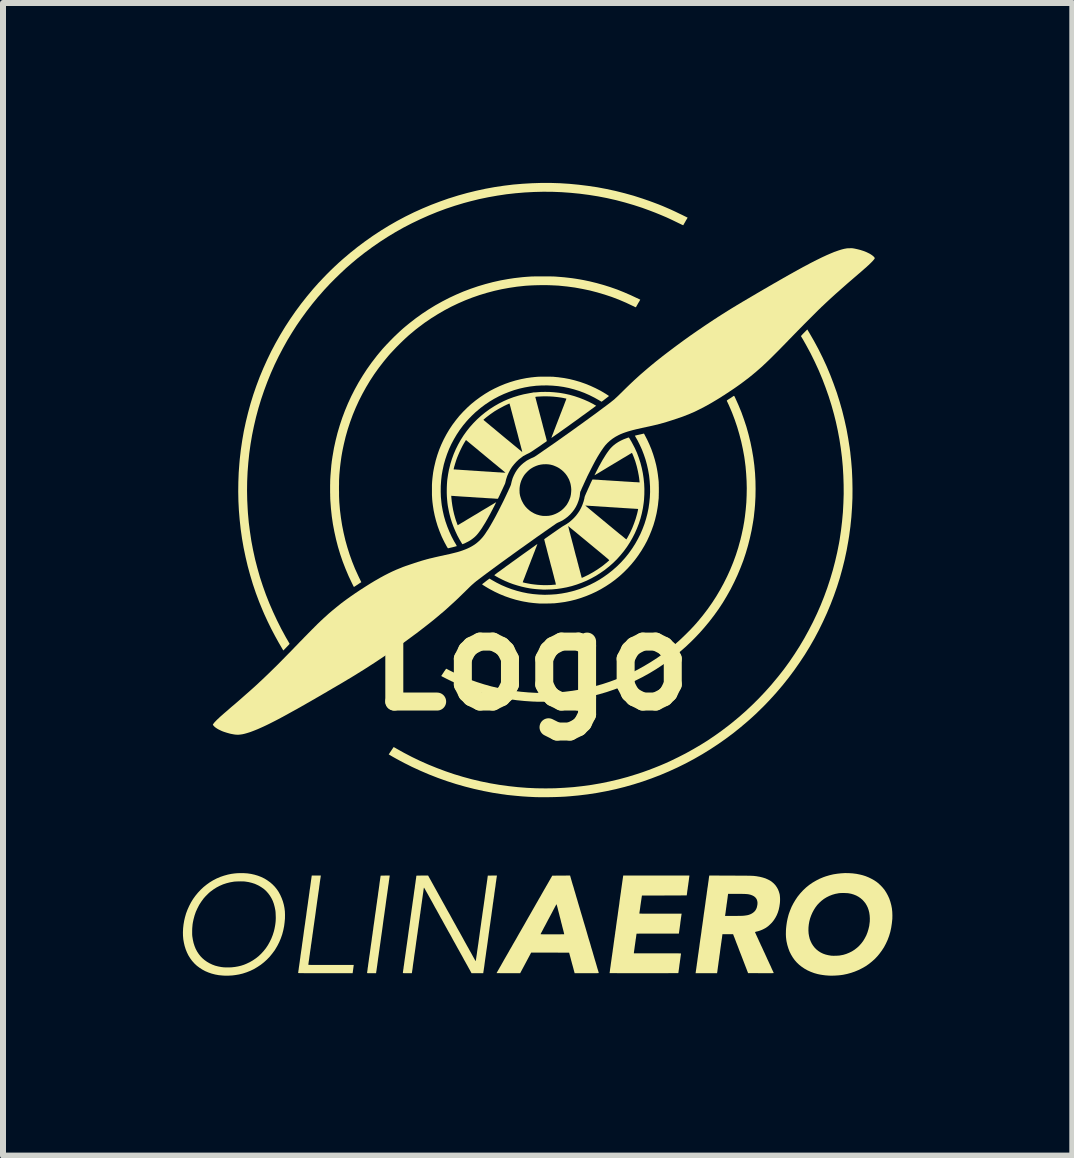
<source format=kicad_pcb>
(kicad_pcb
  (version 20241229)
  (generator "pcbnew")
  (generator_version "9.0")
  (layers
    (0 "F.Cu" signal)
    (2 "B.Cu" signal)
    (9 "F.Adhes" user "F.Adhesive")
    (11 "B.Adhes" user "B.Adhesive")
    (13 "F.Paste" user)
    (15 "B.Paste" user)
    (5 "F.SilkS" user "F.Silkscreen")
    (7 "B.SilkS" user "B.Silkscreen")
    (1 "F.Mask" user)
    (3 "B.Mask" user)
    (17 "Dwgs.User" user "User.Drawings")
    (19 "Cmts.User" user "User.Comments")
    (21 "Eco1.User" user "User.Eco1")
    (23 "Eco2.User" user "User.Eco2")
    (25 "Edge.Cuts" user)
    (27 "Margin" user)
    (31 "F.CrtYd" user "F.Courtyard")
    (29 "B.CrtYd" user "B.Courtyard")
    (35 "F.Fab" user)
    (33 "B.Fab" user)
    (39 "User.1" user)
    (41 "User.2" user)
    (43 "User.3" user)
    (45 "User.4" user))
  (footprint "Logo"
    (layer "F.Cu")
    (at 5.81 7.969)
    (property "Reference" "Logo" (at 0 0 0) (layer "F.SilkS") (effects (font (size 1.5 1.5) (thickness 0.3))))
    (attr board_only exclude_from_pos_files exclude_from_bom)
    (fp_poly (pts (xy -2.363 3.587) (xy -2.363 3.591) (xy -2.365 3.599) (xy -2.366 3.611) (xy -2.369 3.627) (xy -2.371 3.647) (xy -2.375 3.67) (xy -2.378 3.696) (xy -2.382 3.724) (xy -2.387 3.755) (xy -2.391 3.787) (xy -2.396 3.822) (xy -2.401 3.857) (xy -2.401 3.859) (xy -2.409 3.913) (xy -2.417 3.969) (xy -2.425 4.027) (xy -2.433 4.088) (xy -2.442 4.151) (xy -2.451 4.216) (xy -2.461 4.285) (xy -2.471 4.357) (xy -2.481 4.433) (xy -2.492 4.513) (xy -2.504 4.596) (xy -2.516 4.684) (xy -2.529 4.776) (xy -2.537 4.834) (xy -2.542 4.866) (xy -2.546 4.898) (xy -2.551 4.932) (xy -2.556 4.965) (xy -2.56 4.997) (xy -2.564 5.027) (xy -2.568 5.055) (xy -2.571 5.079) (xy -2.574 5.098) (xy -2.577 5.12) (xy -2.58 5.14) (xy -2.582 5.158) (xy -2.585 5.174) (xy -2.587 5.187) (xy -2.588 5.196) (xy -2.589 5.201) (xy -2.589 5.202) (xy -2.59 5.207) (xy -2.665 5.207) (xy -2.687 5.207) (xy -2.704 5.207) (xy -2.717 5.207) (xy -2.726 5.207) (xy -2.733 5.206) (xy -2.737 5.205) (xy -2.739 5.205) (xy -2.74 5.204) (xy -2.74 5.202) (xy -2.739 5.2) (xy -2.739 5.195) (xy -2.738 5.189) (xy -2.737 5.18) (xy -2.735 5.169) (xy -2.733 5.155) (xy -2.731 5.139) (xy -2.729 5.119) (xy -2.725 5.097) (xy -2.722 5.071) (xy -2.718 5.041) (xy -2.713 5.008) (xy -2.708 4.97) (xy -2.702 4.928) (xy -2.695 4.882) (xy -2.689 4.839) (xy -2.686 4.815) (xy -2.682 4.788) (xy -2.678 4.757) (xy -2.673 4.724) (xy -2.668 4.689) (xy -2.663 4.654) (xy -2.659 4.619) (xy -2.654 4.586) (xy -2.65 4.559) (xy -2.647 4.538) (xy -2.644 4.512) (xy -2.639 4.482) (xy -2.635 4.448) (xy -2.63 4.411) (xy -2.624 4.371) (xy -2.618 4.329) (xy -2.612 4.285) (xy -2.606 4.24) (xy -2.599 4.193) (xy -2.592 4.145) (xy -2.586 4.098) (xy -2.579 4.05) (xy -2.572 4.002) (xy -2.571 3.989) (xy -2.564 3.945) (xy -2.558 3.902) (xy -2.553 3.861) (xy -2.547 3.822) (xy -2.542 3.785) (xy -2.537 3.75) (xy -2.533 3.717) (xy -2.529 3.688) (xy -2.525 3.661) (xy -2.522 3.638) (xy -2.519 3.619) (xy -2.517 3.603) (xy -2.515 3.592) (xy -2.514 3.585) (xy -2.514 3.582) (xy -2.512 3.581) (xy -2.504 3.581) (xy -2.492 3.58) (xy -2.475 3.58) (xy -2.453 3.58) (xy -2.438 3.579) (xy -2.362 3.579)) (stroke (width 0) (type solid)) (fill yes) (layer "F.SilkS"))
    (fp_poly (pts (xy -3.512 3.586) (xy -3.512 3.591) (xy -3.514 3.599) (xy -3.515 3.611) (xy -3.517 3.624) (xy -3.519 3.637) (xy -3.521 3.649) (xy -3.523 3.664) (xy -3.526 3.683) (xy -3.529 3.705) (xy -3.532 3.729) (xy -3.536 3.755) (xy -3.539 3.78) (xy -3.542 3.804) (xy -3.553 3.878) (xy -3.563 3.95) (xy -3.573 4.019) (xy -3.582 4.085) (xy -3.591 4.149) (xy -3.599 4.21) (xy -3.607 4.267) (xy -3.615 4.322) (xy -3.622 4.372) (xy -3.629 4.42) (xy -3.635 4.463) (xy -3.64 4.502) (xy -3.645 4.538) (xy -3.65 4.569) (xy -3.653 4.595) (xy -3.656 4.617) (xy -3.657 4.62) (xy -3.663 4.667) (xy -3.669 4.708) (xy -3.675 4.746) (xy -3.679 4.781) (xy -3.684 4.812) (xy -3.688 4.841) (xy -3.692 4.868) (xy -3.695 4.893) (xy -3.699 4.917) (xy -3.702 4.94) (xy -3.705 4.963) (xy -3.707 4.978) (xy -3.71 4.998) (xy -3.713 5.016) (xy -3.715 5.033) (xy -3.717 5.047) (xy -3.718 5.057) (xy -3.719 5.064) (xy -3.719 5.067) (xy -3.719 5.067) (xy -3.716 5.067) (xy -3.711 5.068) (xy -3.704 5.068) (xy -3.694 5.068) (xy -3.682 5.069) (xy -3.667 5.069) (xy -3.649 5.069) (xy -3.627 5.069) (xy -3.602 5.069) (xy -3.574 5.069) (xy -3.541 5.07) (xy -3.505 5.07) (xy -3.464 5.07) (xy -3.419 5.07) (xy -3.37 5.07) (xy -3.341 5.07) (xy -2.962 5.07) (xy -2.971 5.138) (xy -2.973 5.155) (xy -2.976 5.172) (xy -2.977 5.185) (xy -2.979 5.196) (xy -2.98 5.203) (xy -2.98 5.206) (xy -2.98 5.207) (xy -2.983 5.207) (xy -2.99 5.207) (xy -3.001 5.207) (xy -3.017 5.207) (xy -3.037 5.207) (xy -3.06 5.207) (xy -3.087 5.207) (xy -3.117 5.207) (xy -3.15 5.207) (xy -3.186 5.207) (xy -3.224 5.207) (xy -3.264 5.207) (xy -3.307 5.207) (xy -3.351 5.207) (xy -3.397 5.207) (xy -3.435 5.207) (xy -3.491 5.207) (xy -3.543 5.207) (xy -3.591 5.207) (xy -3.634 5.207) (xy -3.673 5.207) (xy -3.708 5.207) (xy -3.739 5.207) (xy -3.766 5.207) (xy -3.791 5.207) (xy -3.812 5.206) (xy -3.83 5.206) (xy -3.845 5.206) (xy -3.858 5.206) (xy -3.868 5.206) (xy -3.876 5.205) (xy -3.882 5.205) (xy -3.886 5.205) (xy -3.888 5.204) (xy -3.889 5.204) (xy -3.889 5.204) (xy -3.889 5.202) (xy -3.888 5.199) (xy -3.888 5.194) (xy -3.887 5.186) (xy -3.885 5.177) (xy -3.884 5.164) (xy -3.881 5.148) (xy -3.879 5.13) (xy -3.876 5.107) (xy -3.872 5.081) (xy -3.868 5.052) (xy -3.863 5.018) (xy -3.858 4.979) (xy -3.853 4.946) (xy -3.851 4.928) (xy -3.848 4.905) (xy -3.844 4.879) (xy -3.84 4.85) (xy -3.835 4.817) (xy -3.83 4.782) (xy -3.825 4.745) (xy -3.82 4.707) (xy -3.814 4.668) (xy -3.809 4.628) (xy -3.803 4.588) (xy -3.798 4.55) (xy -3.793 4.512) (xy -3.787 4.47) (xy -3.781 4.427) (xy -3.774 4.382) (xy -3.768 4.335) (xy -3.761 4.288) (xy -3.754 4.239) (xy -3.748 4.191) (xy -3.741 4.142) (xy -3.734 4.093) (xy -3.727 4.045) (xy -3.721 3.998) (xy -3.714 3.952) (xy -3.708 3.907) (xy -3.702 3.865) (xy -3.697 3.825) (xy -3.691 3.787) (xy -3.686 3.752) (xy -3.682 3.721) (xy -3.678 3.693) (xy -3.675 3.669) (xy -3.672 3.649) (xy -3.67 3.635) (xy -3.662 3.579) (xy -3.586 3.579) (xy -3.51 3.579)) (stroke (width 0) (type solid)) (fill yes) (layer "F.SilkS"))
    (fp_poly (pts (xy 1.89 -3.766) (xy 1.93 -3.689) (xy 1.967 -3.609) (xy 2.001 -3.527) (xy 2.031 -3.442) (xy 2.057 -3.357) (xy 2.079 -3.272) (xy 2.084 -3.249) (xy 2.093 -3.204) (xy 2.101 -3.158) (xy 2.108 -3.112) (xy 2.114 -3.063) (xy 2.12 -3.012) (xy 2.122 -2.99) (xy 2.123 -2.977) (xy 2.123 -2.96) (xy 2.124 -2.939) (xy 2.124 -2.915) (xy 2.125 -2.89) (xy 2.125 -2.863) (xy 2.125 -2.836) (xy 2.125 -2.81) (xy 2.124 -2.784) (xy 2.124 -2.76) (xy 2.123 -2.739) (xy 2.123 -2.721) (xy 2.122 -2.707) (xy 2.122 -2.705) (xy 2.116 -2.652) (xy 2.111 -2.602) (xy 2.104 -2.555) (xy 2.096 -2.509) (xy 2.088 -2.464) (xy 2.084 -2.446) (xy 2.062 -2.354) (xy 2.035 -2.263) (xy 2.003 -2.174) (xy 1.967 -2.086) (xy 1.928 -2.001) (xy 1.883 -1.918) (xy 1.835 -1.838) (xy 1.783 -1.76) (xy 1.728 -1.685) (xy 1.668 -1.612) (xy 1.606 -1.543) (xy 1.539 -1.476) (xy 1.47 -1.413) (xy 1.397 -1.353) (xy 1.321 -1.297) (xy 1.242 -1.245) (xy 1.16 -1.196) (xy 1.081 -1.154) (xy 0.997 -1.115) (xy 0.912 -1.08) (xy 0.826 -1.049) (xy 0.738 -1.022) (xy 0.649 -1) (xy 0.558 -0.982) (xy 0.464 -0.969) (xy 0.393 -0.961) (xy 0.381 -0.96) (xy 0.366 -0.959) (xy 0.347 -0.959) (xy 0.326 -0.958) (xy 0.303 -0.957) (xy 0.279 -0.957) (xy 0.254 -0.956) (xy 0.23 -0.956) (xy 0.207 -0.956) (xy 0.186 -0.956) (xy 0.168 -0.956) (xy 0.152 -0.956) (xy 0.141 -0.956) (xy 0.14 -0.956) (xy 0.09 -0.96) (xy 0.043 -0.964) (xy -0.00047 -0.969) (xy -0.042 -0.974) (xy -0.082 -0.981) (xy -0.123 -0.988) (xy -0.164 -0.996) (xy -0.168 -0.997) (xy -0.26 -1.019) (xy -0.35 -1.046) (xy -0.439 -1.077) (xy -0.527 -1.113) (xy -0.612 -1.153) (xy -0.695 -1.197) (xy -0.73 -1.217) (xy -0.746 -1.227) (xy -0.762 -1.236) (xy -0.777 -1.246) (xy -0.791 -1.254) (xy -0.803 -1.262) (xy -0.812 -1.269) (xy -0.819 -1.274) (xy -0.822 -1.276) (xy -0.822 -1.277) (xy -0.821 -1.279) (xy -0.815 -1.283) (xy -0.807 -1.29) (xy -0.796 -1.298) (xy -0.783 -1.308) (xy -0.769 -1.319) (xy -0.754 -1.331) (xy -0.738 -1.343) (xy -0.722 -1.355) (xy -0.712 -1.362) (xy -0.698 -1.372) (xy -0.66 -1.349) (xy -0.58 -1.304) (xy -0.498 -1.263) (xy -0.414 -1.227) (xy -0.328 -1.195) (xy -0.241 -1.168) (xy -0.152 -1.145) (xy -0.063 -1.127) (xy 0.028 -1.114) (xy 0.12 -1.106) (xy 0.212 -1.102) (xy 0.233 -1.102) (xy 0.325 -1.105) (xy 0.414 -1.111) (xy 0.503 -1.123) (xy 0.591 -1.139) (xy 0.679 -1.16) (xy 0.723 -1.172) (xy 0.81 -1.2) (xy 0.895 -1.233) (xy 0.978 -1.27) (xy 1.059 -1.311) (xy 1.138 -1.356) (xy 1.214 -1.406) (xy 1.288 -1.459) (xy 1.359 -1.516) (xy 1.428 -1.577) (xy 1.493 -1.641) (xy 1.555 -1.709) (xy 1.613 -1.78) (xy 1.628 -1.8) (xy 1.682 -1.876) (xy 1.731 -1.953) (xy 1.776 -2.033) (xy 1.817 -2.114) (xy 1.853 -2.198) (xy 1.885 -2.283) (xy 1.912 -2.369) (xy 1.935 -2.457) (xy 1.953 -2.545) (xy 1.966 -2.635) (xy 1.975 -2.726) (xy 1.979 -2.817) (xy 1.978 -2.909) (xy 1.972 -3.001) (xy 1.962 -3.093) (xy 1.96 -3.104) (xy 1.945 -3.189) (xy 1.926 -3.273) (xy 1.903 -3.357) (xy 1.875 -3.44) (xy 1.844 -3.521) (xy 1.808 -3.6) (xy 1.77 -3.676) (xy 1.74 -3.728) (xy 1.735 -3.737) (xy 1.73 -3.746) (xy 1.727 -3.751) (xy 1.726 -3.754) (xy 1.727 -3.754) (xy 1.73 -3.756) (xy 1.736 -3.757) (xy 1.745 -3.76) (xy 1.758 -3.763) (xy 1.774 -3.767) (xy 1.789 -3.77) (xy 1.798 -3.772) (xy 1.81 -3.775) (xy 1.822 -3.777) (xy 1.825 -3.778) (xy 1.837 -3.781) (xy 1.85 -3.784) (xy 1.86 -3.786) (xy 1.862 -3.787) (xy 1.877 -3.79)) (stroke (width 0) (type solid)) (fill yes) (layer "F.SilkS"))
    (fp_poly (pts (xy 5.293 3.539) (xy 5.357 3.543) (xy 5.42 3.551) (xy 5.48 3.563) (xy 5.524 3.574) (xy 5.574 3.59) (xy 5.623 3.61) (xy 5.67 3.633) (xy 5.715 3.658) (xy 5.757 3.686) (xy 5.778 3.703) (xy 5.818 3.739) (xy 5.855 3.778) (xy 5.889 3.82) (xy 5.918 3.865) (xy 5.944 3.913) (xy 5.967 3.963) (xy 5.985 4.016) (xy 6 4.071) (xy 6.011 4.127) (xy 6.017 4.185) (xy 6.019 4.245) (xy 6.018 4.302) (xy 6.01 4.377) (xy 5.999 4.449) (xy 5.984 4.519) (xy 5.964 4.586) (xy 5.94 4.651) (xy 5.911 4.714) (xy 5.879 4.774) (xy 5.842 4.831) (xy 5.801 4.886) (xy 5.773 4.92) (xy 5.728 4.968) (xy 5.679 5.012) (xy 5.628 5.053) (xy 5.573 5.091) (xy 5.515 5.124) (xy 5.455 5.154) (xy 5.393 5.18) (xy 5.329 5.202) (xy 5.263 5.22) (xy 5.196 5.234) (xy 5.151 5.24) (xy 5.123 5.243) (xy 5.093 5.245) (xy 5.062 5.247) (xy 5.031 5.248) (xy 5.001 5.249) (xy 4.974 5.248) (xy 4.952 5.247) (xy 4.901 5.243) (xy 4.855 5.237) (xy 4.812 5.23) (xy 4.773 5.222) (xy 4.713 5.205) (xy 4.657 5.184) (xy 4.604 5.16) (xy 4.554 5.132) (xy 4.508 5.101) (xy 4.465 5.067) (xy 4.425 5.029) (xy 4.389 4.988) (xy 4.357 4.943) (xy 4.329 4.896) (xy 4.304 4.846) (xy 4.284 4.792) (xy 4.267 4.736) (xy 4.254 4.677) (xy 4.25 4.651) (xy 4.245 4.606) (xy 4.243 4.558) (xy 4.244 4.507) (xy 4.244 4.496) (xy 4.619 4.496) (xy 4.622 4.545) (xy 4.629 4.587) (xy 4.64 4.633) (xy 4.656 4.675) (xy 4.675 4.714) (xy 4.698 4.75) (xy 4.724 4.783) (xy 4.754 4.813) (xy 4.787 4.839) (xy 4.823 4.862) (xy 4.862 4.881) (xy 4.904 4.896) (xy 4.949 4.907) (xy 4.997 4.915) (xy 5.008 4.916) (xy 5.018 4.916) (xy 5.032 4.917) (xy 5.049 4.917) (xy 5.067 4.916) (xy 5.086 4.916) (xy 5.105 4.915) (xy 5.122 4.914) (xy 5.136 4.913) (xy 5.146 4.911) (xy 5.147 4.911) (xy 5.2 4.901) (xy 5.25 4.886) (xy 5.299 4.866) (xy 5.345 4.843) (xy 5.389 4.815) (xy 5.43 4.783) (xy 5.463 4.753) (xy 5.499 4.713) (xy 5.531 4.671) (xy 5.559 4.625) (xy 5.584 4.577) (xy 5.604 4.526) (xy 5.62 4.473) (xy 5.633 4.418) (xy 5.635 4.4) (xy 5.642 4.346) (xy 5.643 4.294) (xy 5.64 4.244) (xy 5.633 4.196) (xy 5.633 4.196) (xy 5.622 4.153) (xy 5.608 4.113) (xy 5.59 4.076) (xy 5.569 4.041) (xy 5.543 4.009) (xy 5.519 3.983) (xy 5.487 3.956) (xy 5.452 3.932) (xy 5.415 3.912) (xy 5.375 3.896) (xy 5.332 3.883) (xy 5.289 3.875) (xy 5.274 3.873) (xy 5.254 3.872) (xy 5.232 3.871) (xy 5.209 3.87) (xy 5.185 3.87) (xy 5.162 3.871) (xy 5.141 3.872) (xy 5.123 3.874) (xy 5.119 3.875) (xy 5.066 3.885) (xy 5.015 3.9) (xy 4.967 3.919) (xy 4.921 3.942) (xy 4.877 3.969) (xy 4.836 4.001) (xy 4.801 4.033) (xy 4.767 4.069) (xy 4.736 4.11) (xy 4.709 4.153) (xy 4.685 4.198) (xy 4.664 4.246) (xy 4.647 4.294) (xy 4.634 4.344) (xy 4.625 4.395) (xy 4.62 4.445) (xy 4.619 4.496) (xy 4.244 4.496) (xy 4.247 4.454) (xy 4.253 4.401) (xy 4.261 4.348) (xy 4.272 4.295) (xy 4.285 4.244) (xy 4.294 4.214) (xy 4.315 4.157) (xy 4.339 4.099) (xy 4.368 4.043) (xy 4.4 3.989) (xy 4.434 3.938) (xy 4.442 3.927) (xy 4.485 3.874) (xy 4.531 3.824) (xy 4.58 3.778) (xy 4.632 3.736) (xy 4.687 3.698) (xy 4.745 3.664) (xy 4.805 3.633) (xy 4.87 3.606) (xy 4.91 3.592) (xy 4.971 3.574) (xy 5.034 3.559) (xy 5.098 3.549) (xy 5.163 3.542) (xy 5.228 3.538)) (stroke (width 0) (type solid)) (fill yes) (layer "F.SilkS"))
    (fp_poly (pts (xy 0.263 -4.739) (xy 0.289 -4.739) (xy 0.311 -4.739) (xy 0.332 -4.738) (xy 0.35 -4.738) (xy 0.369 -4.737) (xy 0.387 -4.735) (xy 0.407 -4.733) (xy 0.428 -4.731) (xy 0.453 -4.729) (xy 0.455 -4.728) (xy 0.545 -4.716) (xy 0.635 -4.699) (xy 0.724 -4.677) (xy 0.813 -4.651) (xy 0.901 -4.62) (xy 0.987 -4.585) (xy 1.071 -4.546) (xy 1.153 -4.504) (xy 1.208 -4.472) (xy 1.22 -4.464) (xy 1.234 -4.456) (xy 1.247 -4.448) (xy 1.26 -4.439) (xy 1.272 -4.432) (xy 1.281 -4.425) (xy 1.289 -4.42) (xy 1.293 -4.417) (xy 1.294 -4.417) (xy 1.292 -4.415) (xy 1.287 -4.41) (xy 1.279 -4.404) (xy 1.269 -4.396) (xy 1.257 -4.387) (xy 1.244 -4.377) (xy 1.231 -4.367) (xy 1.218 -4.357) (xy 1.206 -4.347) (xy 1.195 -4.339) (xy 1.186 -4.332) (xy 1.18 -4.328) (xy 1.178 -4.327) (xy 1.169 -4.321) (xy 1.129 -4.345) (xy 1.049 -4.39) (xy 0.967 -4.431) (xy 0.883 -4.468) (xy 0.798 -4.5) (xy 0.711 -4.527) (xy 0.623 -4.55) (xy 0.534 -4.568) (xy 0.444 -4.581) (xy 0.353 -4.589) (xy 0.262 -4.593) (xy 0.17 -4.592) (xy 0.078 -4.587) (xy -0.014 -4.576) (xy -0.023 -4.575) (xy -0.113 -4.559) (xy -0.201 -4.539) (xy -0.289 -4.514) (xy -0.374 -4.484) (xy -0.459 -4.45) (xy -0.541 -4.412) (xy -0.622 -4.369) (xy -0.7 -4.322) (xy -0.776 -4.271) (xy -0.849 -4.216) (xy -0.92 -4.156) (xy -0.938 -4.141) (xy -0.954 -4.125) (xy -0.973 -4.107) (xy -0.993 -4.088) (xy -1.013 -4.067) (xy -1.034 -4.046) (xy -1.053 -4.026) (xy -1.069 -4.008) (xy -1.08 -3.996) (xy -1.14 -3.924) (xy -1.195 -3.85) (xy -1.246 -3.773) (xy -1.292 -3.695) (xy -1.335 -3.614) (xy -1.373 -3.532) (xy -1.406 -3.448) (xy -1.435 -3.362) (xy -1.46 -3.275) (xy -1.479 -3.187) (xy -1.495 -3.097) (xy -1.505 -3.007) (xy -1.511 -2.916) (xy -1.512 -2.825) (xy -1.509 -2.733) (xy -1.5 -2.64) (xy -1.494 -2.591) (xy -1.478 -2.503) (xy -1.458 -2.414) (xy -1.433 -2.327) (xy -1.403 -2.241) (xy -1.369 -2.157) (xy -1.331 -2.074) (xy -1.289 -1.994) (xy -1.265 -1.954) (xy -1.258 -1.942) (xy -1.252 -1.931) (xy -1.248 -1.922) (xy -1.245 -1.917) (xy -1.244 -1.914) (xy -1.248 -1.912) (xy -1.253 -1.911) (xy -1.259 -1.91) (xy -1.262 -1.909) (xy -1.265 -1.908) (xy -1.272 -1.906) (xy -1.282 -1.903) (xy -1.295 -1.9) (xy -1.309 -1.896) (xy -1.314 -1.895) (xy -1.33 -1.891) (xy -1.345 -1.888) (xy -1.358 -1.884) (xy -1.369 -1.882) (xy -1.376 -1.88) (xy -1.377 -1.88) (xy -1.385 -1.878) (xy -1.39 -1.878) (xy -1.393 -1.879) (xy -1.396 -1.883) (xy -1.401 -1.891) (xy -1.408 -1.902) (xy -1.416 -1.916) (xy -1.425 -1.933) (xy -1.435 -1.952) (xy -1.446 -1.971) (xy -1.456 -1.992) (xy -1.467 -2.013) (xy -1.477 -2.034) (xy -1.487 -2.055) (xy -1.496 -2.074) (xy -1.501 -2.086) (xy -1.534 -2.167) (xy -1.564 -2.25) (xy -1.59 -2.336) (xy -1.612 -2.422) (xy -1.63 -2.509) (xy -1.643 -2.595) (xy -1.647 -2.627) (xy -1.65 -2.651) (xy -1.652 -2.673) (xy -1.654 -2.693) (xy -1.655 -2.711) (xy -1.656 -2.729) (xy -1.657 -2.748) (xy -1.658 -2.768) (xy -1.658 -2.791) (xy -1.658 -2.816) (xy -1.658 -2.846) (xy -1.658 -2.848) (xy -1.658 -2.879) (xy -1.658 -2.908) (xy -1.658 -2.934) (xy -1.657 -2.956) (xy -1.656 -2.974) (xy -1.655 -2.988) (xy -1.655 -2.99) (xy -1.65 -3.044) (xy -1.644 -3.094) (xy -1.638 -3.141) (xy -1.63 -3.186) (xy -1.621 -3.232) (xy -1.617 -3.249) (xy -1.595 -3.342) (xy -1.568 -3.433) (xy -1.537 -3.522) (xy -1.501 -3.609) (xy -1.461 -3.694) (xy -1.417 -3.777) (xy -1.369 -3.858) (xy -1.317 -3.936) (xy -1.261 -4.011) (xy -1.202 -4.084) (xy -1.139 -4.153) (xy -1.073 -4.219) (xy -1.003 -4.283) (xy -0.93 -4.342) (xy -0.854 -4.398) (xy -0.775 -4.451) (xy -0.694 -4.5) (xy -0.615 -4.541) (xy -0.53 -4.581) (xy -0.443 -4.617) (xy -0.355 -4.648) (xy -0.265 -4.675) (xy -0.175 -4.697) (xy -0.084 -4.715) (xy 0.007 -4.728) (xy 0.012 -4.728) (xy 0.037 -4.731) (xy 0.058 -4.733) (xy 0.078 -4.735) (xy 0.096 -4.736) (xy 0.115 -4.738) (xy 0.133 -4.738) (xy 0.154 -4.739) (xy 0.176 -4.739) (xy 0.201 -4.739) (xy 0.231 -4.739) (xy 0.233 -4.739)) (stroke (width 0) (type solid)) (fill yes) (layer "F.SilkS"))
    (fp_poly (pts (xy -4.798 3.539) (xy -4.735 3.543) (xy -4.674 3.552) (xy -4.616 3.565) (xy -4.559 3.582) (xy -4.505 3.603) (xy -4.453 3.628) (xy -4.404 3.658) (xy -4.4 3.661) (xy -4.355 3.693) (xy -4.315 3.728) (xy -4.278 3.766) (xy -4.245 3.807) (xy -4.215 3.851) (xy -4.189 3.899) (xy -4.185 3.907) (xy -4.162 3.959) (xy -4.143 4.011) (xy -4.128 4.065) (xy -4.117 4.12) (xy -4.11 4.177) (xy -4.108 4.236) (xy -4.109 4.298) (xy -4.115 4.361) (xy -4.123 4.424) (xy -4.137 4.493) (xy -4.155 4.561) (xy -4.178 4.627) (xy -4.205 4.691) (xy -4.236 4.752) (xy -4.271 4.811) (xy -4.279 4.824) (xy -4.32 4.879) (xy -4.363 4.932) (xy -4.41 4.981) (xy -4.46 5.026) (xy -4.512 5.067) (xy -4.568 5.104) (xy -4.625 5.138) (xy -4.685 5.167) (xy -4.748 5.192) (xy -4.812 5.213) (xy -4.878 5.229) (xy -4.88 5.229) (xy -4.933 5.238) (xy -4.989 5.245) (xy -5.045 5.248) (xy -5.101 5.249) (xy -5.151 5.246) (xy -5.213 5.24) (xy -5.273 5.229) (xy -5.331 5.214) (xy -5.386 5.195) (xy -5.438 5.173) (xy -5.488 5.146) (xy -5.534 5.116) (xy -5.578 5.083) (xy -5.618 5.046) (xy -5.622 5.041) (xy -5.658 5.001) (xy -5.69 4.957) (xy -5.719 4.91) (xy -5.743 4.861) (xy -5.764 4.809) (xy -5.781 4.755) (xy -5.794 4.699) (xy -5.804 4.642) (xy -5.809 4.582) (xy -5.81 4.529) (xy -5.656 4.529) (xy -5.656 4.561) (xy -5.654 4.59) (xy -5.653 4.596) (xy -5.644 4.652) (xy -5.632 4.705) (xy -5.616 4.755) (xy -5.597 4.802) (xy -5.573 4.847) (xy -5.546 4.888) (xy -5.515 4.927) (xy -5.487 4.956) (xy -5.45 4.988) (xy -5.409 5.017) (xy -5.366 5.042) (xy -5.32 5.064) (xy -5.272 5.082) (xy -5.221 5.095) (xy -5.168 5.105) (xy -5.132 5.109) (xy -5.113 5.11) (xy -5.089 5.111) (xy -5.065 5.111) (xy -5.04 5.111) (xy -5.016 5.11) (xy -4.996 5.109) (xy -4.995 5.109) (xy -4.941 5.103) (xy -4.89 5.094) (xy -4.84 5.082) (xy -4.791 5.066) (xy -4.752 5.05) (xy -4.697 5.024) (xy -4.645 4.994) (xy -4.595 4.96) (xy -4.548 4.923) (xy -4.505 4.882) (xy -4.464 4.837) (xy -4.426 4.789) (xy -4.392 4.738) (xy -4.362 4.684) (xy -4.335 4.628) (xy -4.312 4.569) (xy -4.293 4.508) (xy -4.287 4.483) (xy -4.282 4.461) (xy -4.277 4.435) (xy -4.272 4.407) (xy -4.268 4.378) (xy -4.265 4.351) (xy -4.264 4.341) (xy -4.263 4.321) (xy -4.262 4.297) (xy -4.262 4.272) (xy -4.263 4.246) (xy -4.264 4.22) (xy -4.265 4.196) (xy -4.267 4.174) (xy -4.269 4.159) (xy -4.28 4.104) (xy -4.294 4.051) (xy -4.312 4.002) (xy -4.334 3.957) (xy -4.36 3.914) (xy -4.389 3.875) (xy -4.422 3.838) (xy -4.458 3.805) (xy -4.499 3.776) (xy -4.543 3.749) (xy -4.565 3.738) (xy -4.612 3.717) (xy -4.662 3.701) (xy -4.715 3.688) (xy -4.768 3.68) (xy -4.782 3.678) (xy -4.8 3.677) (xy -4.821 3.677) (xy -4.844 3.676) (xy -4.868 3.677) (xy -4.892 3.677) (xy -4.914 3.678) (xy -4.935 3.679) (xy -4.952 3.68) (xy -4.96 3.681) (xy -5.023 3.692) (xy -5.083 3.707) (xy -5.141 3.726) (xy -5.196 3.75) (xy -5.25 3.778) (xy -5.302 3.811) (xy -5.352 3.848) (xy -5.358 3.853) (xy -5.371 3.864) (xy -5.386 3.878) (xy -5.402 3.894) (xy -5.418 3.91) (xy -5.434 3.926) (xy -5.448 3.942) (xy -5.46 3.955) (xy -5.464 3.96) (xy -5.503 4.013) (xy -5.538 4.067) (xy -5.568 4.125) (xy -5.595 4.184) (xy -5.616 4.245) (xy -5.633 4.309) (xy -5.644 4.361) (xy -5.649 4.392) (xy -5.652 4.425) (xy -5.655 4.46) (xy -5.656 4.495) (xy -5.656 4.529) (xy -5.81 4.529) (xy -5.81 4.521) (xy -5.807 4.459) (xy -5.8 4.396) (xy -5.789 4.331) (xy -5.777 4.279) (xy -5.758 4.212) (xy -5.734 4.148) (xy -5.706 4.086) (xy -5.675 4.026) (xy -5.64 3.969) (xy -5.601 3.915) (xy -5.559 3.864) (xy -5.514 3.816) (xy -5.466 3.771) (xy -5.415 3.73) (xy -5.362 3.692) (xy -5.306 3.658) (xy -5.248 3.628) (xy -5.187 3.602) (xy -5.125 3.581) (xy -5.06 3.563) (xy -5.001 3.551) (xy -4.978 3.548) (xy -4.957 3.545) (xy -4.937 3.543) (xy -4.917 3.541) (xy -4.895 3.54) (xy -4.871 3.539) (xy -4.863 3.539)) (stroke (width 0) (type solid)) (fill yes) (layer "F.SilkS"))
    (fp_poly (pts (xy 0.677 3.691) (xy 0.683 3.711) (xy 0.69 3.735) (xy 0.699 3.763) (xy 0.708 3.793) (xy 0.717 3.826) (xy 0.728 3.861) (xy 0.738 3.896) (xy 0.748 3.931) (xy 0.759 3.967) (xy 0.769 4.001) (xy 0.771 4.008) (xy 0.779 4.036) (xy 0.788 4.066) (xy 0.798 4.1) (xy 0.809 4.136) (xy 0.82 4.175) (xy 0.832 4.215) (xy 0.845 4.258) (xy 0.858 4.302) (xy 0.871 4.347) (xy 0.885 4.393) (xy 0.899 4.44) (xy 0.913 4.488) (xy 0.927 4.536) (xy 0.941 4.585) (xy 0.955 4.633) (xy 0.97 4.681) (xy 0.984 4.728) (xy 0.997 4.775) (xy 1.011 4.82) (xy 1.024 4.864) (xy 1.036 4.906) (xy 1.048 4.947) (xy 1.059 4.985) (xy 1.07 5.021) (xy 1.08 5.055) (xy 1.089 5.086) (xy 1.097 5.114) (xy 1.104 5.138) (xy 1.111 5.159) (xy 1.116 5.176) (xy 1.12 5.19) (xy 1.122 5.199) (xy 1.123 5.203) (xy 1.124 5.204) (xy 1.123 5.204) (xy 1.121 5.205) (xy 1.119 5.205) (xy 1.114 5.206) (xy 1.108 5.206) (xy 1.1 5.206) (xy 1.089 5.207) (xy 1.075 5.207) (xy 1.058 5.207) (xy 1.038 5.207) (xy 1.014 5.207) (xy 0.986 5.207) (xy 0.954 5.207) (xy 0.923 5.207) (xy 0.721 5.207) (xy 0.705 5.148) (xy 0.701 5.132) (xy 0.696 5.113) (xy 0.69 5.091) (xy 0.683 5.066) (xy 0.676 5.041) (xy 0.669 5.014) (xy 0.662 4.989) (xy 0.659 4.976) (xy 0.629 4.865) (xy 0.313 4.864) (xy -0.004 4.864) (xy -0.095 5.035) (xy -0.187 5.207) (xy -0.385 5.207) (xy -0.415 5.207) (xy -0.444 5.207) (xy -0.472 5.207) (xy -0.497 5.207) (xy -0.519 5.207) (xy -0.539 5.206) (xy -0.555 5.206) (xy -0.568 5.206) (xy -0.576 5.206) (xy -0.581 5.205) (xy -0.581 5.205) (xy -0.58 5.203) (xy -0.576 5.197) (xy -0.57 5.186) (xy -0.562 5.172) (xy -0.552 5.155) (xy -0.54 5.134) (xy -0.526 5.109) (xy -0.51 5.082) (xy -0.493 5.051) (xy -0.474 5.018) (xy -0.454 4.982) (xy -0.432 4.944) (xy -0.409 4.904) (xy -0.384 4.861) (xy -0.359 4.816) (xy -0.332 4.77) (xy -0.305 4.722) (xy -0.276 4.672) (xy -0.247 4.622) (xy -0.218 4.57) (xy -0.212 4.56) (xy -0.21 4.556) (xy 0.153 4.556) (xy 0.154 4.556) (xy 0.155 4.557) (xy 0.158 4.557) (xy 0.163 4.558) (xy 0.169 4.558) (xy 0.178 4.558) (xy 0.189 4.559) (xy 0.203 4.559) (xy 0.221 4.559) (xy 0.241 4.559) (xy 0.266 4.559) (xy 0.295 4.559) (xy 0.328 4.559) (xy 0.35 4.559) (xy 0.38 4.559) (xy 0.41 4.559) (xy 0.437 4.559) (xy 0.462 4.559) (xy 0.485 4.559) (xy 0.505 4.558) (xy 0.521 4.558) (xy 0.534 4.558) (xy 0.543 4.558) (xy 0.547 4.557) (xy 0.547 4.557) (xy 0.547 4.555) (xy 0.545 4.548) (xy 0.543 4.537) (xy 0.539 4.522) (xy 0.535 4.505) (xy 0.53 4.485) (xy 0.524 4.463) (xy 0.518 4.44) (xy 0.514 4.425) (xy 0.507 4.395) (xy 0.498 4.363) (xy 0.49 4.328) (xy 0.481 4.293) (xy 0.472 4.259) (xy 0.464 4.226) (xy 0.456 4.196) (xy 0.451 4.177) (xy 0.445 4.154) (xy 0.44 4.132) (xy 0.435 4.112) (xy 0.43 4.095) (xy 0.426 4.08) (xy 0.423 4.069) (xy 0.421 4.061) (xy 0.42 4.058) (xy 0.42 4.058) (xy 0.418 4.059) (xy 0.415 4.064) (xy 0.41 4.072) (xy 0.404 4.082) (xy 0.401 4.088) (xy 0.397 4.095) (xy 0.391 4.106) (xy 0.384 4.12) (xy 0.374 4.138) (xy 0.363 4.159) (xy 0.351 4.182) (xy 0.338 4.207) (xy 0.323 4.235) (xy 0.308 4.263) (xy 0.292 4.293) (xy 0.275 4.324) (xy 0.269 4.336) (xy 0.253 4.366) (xy 0.238 4.395) (xy 0.223 4.423) (xy 0.209 4.448) (xy 0.197 4.472) (xy 0.186 4.493) (xy 0.176 4.512) (xy 0.167 4.528) (xy 0.161 4.54) (xy 0.156 4.549) (xy 0.154 4.554) (xy 0.153 4.555) (xy 0.153 4.556) (xy -0.21 4.556) (xy -0.181 4.506) (xy -0.15 4.452) (xy -0.119 4.398) (xy -0.089 4.345) (xy -0.059 4.292) (xy -0.029 4.24) (xy -0.000361 4.19) (xy 0.028 4.14) (xy 0.055 4.093) (xy 0.081 4.047) (xy 0.106 4.004) (xy 0.129 3.963) (xy 0.152 3.924) (xy 0.172 3.888) (xy 0.191 3.855) (xy 0.208 3.825) (xy 0.223 3.799) (xy 0.236 3.777) (xy 0.246 3.758) (xy 0.252 3.749) (xy 0.348 3.581) (xy 0.496 3.58) (xy 0.645 3.579)) (stroke (width 0) (type solid)) (fill yes) (layer "F.SilkS"))
    (fp_poly (pts (xy 0.322 -7.969) (xy 0.478 -7.964) (xy 0.633 -7.954) (xy 0.789 -7.939) (xy 0.943 -7.92) (xy 1.098 -7.897) (xy 1.251 -7.868) (xy 1.404 -7.835) (xy 1.555 -7.797) (xy 1.706 -7.755) (xy 1.855 -7.707) (xy 1.968 -7.668) (xy 2.044 -7.64) (xy 2.118 -7.612) (xy 2.19 -7.583) (xy 2.26 -7.553) (xy 2.331 -7.522) (xy 2.404 -7.488) (xy 2.478 -7.452) (xy 2.506 -7.439) (xy 2.605 -7.39) (xy 2.597 -7.376) (xy 2.592 -7.367) (xy 2.585 -7.356) (xy 2.578 -7.345) (xy 2.575 -7.339) (xy 2.569 -7.329) (xy 2.564 -7.319) (xy 2.559 -7.311) (xy 2.557 -7.307) (xy 2.553 -7.3) (xy 2.547 -7.291) (xy 2.542 -7.282) (xy 2.538 -7.274) (xy 2.534 -7.267) (xy 2.532 -7.264) (xy 2.531 -7.264) (xy 2.529 -7.264) (xy 2.522 -7.267) (xy 2.512 -7.271) (xy 2.5 -7.277) (xy 2.484 -7.285) (xy 2.467 -7.293) (xy 2.448 -7.302) (xy 2.438 -7.307) (xy 2.343 -7.353) (xy 2.25 -7.396) (xy 2.158 -7.435) (xy 2.065 -7.473) (xy 1.971 -7.509) (xy 1.875 -7.544) (xy 1.851 -7.553) (xy 1.706 -7.6) (xy 1.559 -7.643) (xy 1.411 -7.682) (xy 1.261 -7.716) (xy 1.111 -7.745) (xy 0.96 -7.769) (xy 0.808 -7.789) (xy 0.655 -7.804) (xy 0.502 -7.815) (xy 0.349 -7.821) (xy 0.195 -7.822) (xy 0.042 -7.818) (xy -0.112 -7.81) (xy -0.265 -7.797) (xy -0.417 -7.78) (xy -0.569 -7.757) (xy -0.721 -7.73) (xy -0.871 -7.699) (xy -1.02 -7.662) (xy -1.128 -7.633) (xy -1.277 -7.588) (xy -1.424 -7.539) (xy -1.569 -7.485) (xy -1.713 -7.426) (xy -1.854 -7.363) (xy -1.994 -7.296) (xy -2.131 -7.225) (xy -2.266 -7.149) (xy -2.398 -7.069) (xy -2.528 -6.985) (xy -2.655 -6.897) (xy -2.78 -6.805) (xy -2.901 -6.71) (xy -2.995 -6.631) (xy -3.088 -6.55) (xy -3.18 -6.464) (xy -3.271 -6.376) (xy -3.36 -6.286) (xy -3.446 -6.194) (xy -3.469 -6.168) (xy -3.563 -6.061) (xy -3.655 -5.949) (xy -3.744 -5.834) (xy -3.83 -5.716) (xy -3.913 -5.596) (xy -3.991 -5.474) (xy -4.064 -5.354) (xy -4.14 -5.218) (xy -4.213 -5.079) (xy -4.281 -4.939) (xy -4.344 -4.797) (xy -4.402 -4.654) (xy -4.456 -4.509) (xy -4.506 -4.362) (xy -4.551 -4.214) (xy -4.591 -4.065) (xy -4.626 -3.915) (xy -4.657 -3.764) (xy -4.683 -3.611) (xy -4.704 -3.458) (xy -4.72 -3.304) (xy -4.732 -3.149) (xy -4.739 -2.993) (xy -4.741 -2.837) (xy -4.738 -2.68) (xy -4.73 -2.523) (xy -4.726 -2.461) (xy -4.712 -2.306) (xy -4.692 -2.152) (xy -4.669 -1.998) (xy -4.64 -1.846) (xy -4.607 -1.695) (xy -4.568 -1.545) (xy -4.526 -1.396) (xy -4.478 -1.249) (xy -4.426 -1.103) (xy -4.369 -0.959) (xy -4.307 -0.816) (xy -4.241 -0.675) (xy -4.171 -0.535) (xy -4.096 -0.397) (xy -4.063 -0.34) (xy -4.054 -0.325) (xy -4.047 -0.312) (xy -4.04 -0.3) (xy -4.035 -0.291) (xy -4.032 -0.285) (xy -4.031 -0.283) (xy -4.033 -0.281) (xy -4.038 -0.276) (xy -4.045 -0.268) (xy -4.054 -0.258) (xy -4.066 -0.246) (xy -4.078 -0.233) (xy -4.084 -0.227) (xy -4.136 -0.173) (xy -4.148 -0.193) (xy -4.212 -0.302) (xy -4.275 -0.416) (xy -4.336 -0.532) (xy -4.394 -0.65) (xy -4.449 -0.769) (xy -4.479 -0.838) (xy -4.539 -0.984) (xy -4.594 -1.131) (xy -4.644 -1.279) (xy -4.689 -1.429) (xy -4.73 -1.58) (xy -4.766 -1.733) (xy -4.798 -1.886) (xy -4.825 -2.041) (xy -4.847 -2.196) (xy -4.864 -2.352) (xy -4.877 -2.509) (xy -4.885 -2.667) (xy -4.888 -2.824) (xy -4.886 -2.983) (xy -4.88 -3.141) (xy -4.868 -3.3) (xy -4.862 -3.367) (xy -4.844 -3.524) (xy -4.821 -3.679) (xy -4.794 -3.833) (xy -4.761 -3.987) (xy -4.724 -4.138) (xy -4.683 -4.289) (xy -4.637 -4.438) (xy -4.586 -4.586) (xy -4.531 -4.732) (xy -4.471 -4.876) (xy -4.407 -5.018) (xy -4.339 -5.159) (xy -4.266 -5.297) (xy -4.189 -5.433) (xy -4.108 -5.567) (xy -4.022 -5.699) (xy -3.933 -5.828) (xy -3.839 -5.955) (xy -3.741 -6.079) (xy -3.64 -6.2) (xy -3.616 -6.227) (xy -3.554 -6.297) (xy -3.487 -6.368) (xy -3.419 -6.439) (xy -3.349 -6.509) (xy -3.278 -6.577) (xy -3.207 -6.643) (xy -3.146 -6.697) (xy -3.024 -6.801) (xy -2.9 -6.9) (xy -2.773 -6.995) (xy -2.644 -7.086) (xy -2.512 -7.173) (xy -2.377 -7.256) (xy -2.241 -7.334) (xy -2.102 -7.408) (xy -1.96 -7.478) (xy -1.816 -7.543) (xy -1.67 -7.604) (xy -1.522 -7.66) (xy -1.372 -7.713) (xy -1.37 -7.713) (xy -1.22 -7.76) (xy -1.069 -7.802) (xy -0.918 -7.839) (xy -0.765 -7.872) (xy -0.611 -7.9) (xy -0.456 -7.923) (xy -0.301 -7.942) (xy -0.146 -7.955) (xy 0.01 -7.964) (xy 0.166 -7.969)) (stroke (width 0) (type solid)) (fill yes) (layer "F.SilkS"))
    (fp_poly (pts (xy 2.634 3.585) (xy 2.634 3.588) (xy 2.633 3.596) (xy 2.631 3.608) (xy 2.629 3.623) (xy 2.627 3.642) (xy 2.624 3.663) (xy 2.621 3.686) (xy 2.617 3.712) (xy 2.614 3.739) (xy 2.612 3.749) (xy 2.608 3.776) (xy 2.605 3.802) (xy 2.601 3.826) (xy 2.598 3.848) (xy 2.596 3.867) (xy 2.594 3.883) (xy 2.592 3.896) (xy 2.591 3.905) (xy 2.59 3.909) (xy 2.59 3.909) (xy 2.588 3.91) (xy 2.581 3.91) (xy 2.569 3.91) (xy 2.554 3.91) (xy 2.534 3.91) (xy 2.511 3.91) (xy 2.485 3.911) (xy 2.456 3.911) (xy 2.424 3.911) (xy 2.389 3.911) (xy 2.352 3.911) (xy 2.313 3.911) (xy 2.273 3.911) (xy 2.231 3.911) (xy 2.216 3.912) (xy 1.843 3.912) (xy 1.821 4.061) (xy 1.817 4.087) (xy 1.814 4.112) (xy 1.811 4.135) (xy 1.808 4.156) (xy 1.805 4.175) (xy 1.803 4.19) (xy 1.801 4.201) (xy 1.8 4.209) (xy 1.8 4.212) (xy 1.8 4.212) (xy 1.801 4.213) (xy 1.803 4.213) (xy 1.808 4.213) (xy 1.815 4.214) (xy 1.825 4.214) (xy 1.837 4.214) (xy 1.853 4.215) (xy 1.871 4.215) (xy 1.893 4.215) (xy 1.918 4.215) (xy 1.947 4.215) (xy 1.98 4.215) (xy 2.017 4.215) (xy 2.058 4.215) (xy 2.104 4.215) (xy 2.152 4.215) (xy 2.505 4.215) (xy 2.504 4.223) (xy 2.503 4.227) (xy 2.502 4.235) (xy 2.5 4.247) (xy 2.498 4.263) (xy 2.495 4.282) (xy 2.492 4.304) (xy 2.489 4.328) (xy 2.485 4.353) (xy 2.482 4.381) (xy 2.481 4.389) (xy 2.459 4.547) (xy 2.106 4.547) (xy 2.065 4.547) (xy 2.025 4.547) (xy 1.987 4.547) (xy 1.95 4.547) (xy 1.916 4.547) (xy 1.885 4.547) (xy 1.856 4.547) (xy 1.83 4.547) (xy 1.807 4.547) (xy 1.788 4.548) (xy 1.773 4.548) (xy 1.762 4.548) (xy 1.755 4.548) (xy 1.753 4.548) (xy 1.753 4.551) (xy 1.752 4.558) (xy 1.75 4.569) (xy 1.748 4.584) (xy 1.746 4.602) (xy 1.743 4.623) (xy 1.739 4.646) (xy 1.736 4.671) (xy 1.732 4.698) (xy 1.731 4.707) (xy 1.727 4.735) (xy 1.723 4.761) (xy 1.72 4.785) (xy 1.717 4.807) (xy 1.714 4.827) (xy 1.712 4.843) (xy 1.71 4.856) (xy 1.709 4.865) (xy 1.709 4.87) (xy 1.709 4.87) (xy 1.709 4.876) (xy 2.102 4.876) (xy 2.153 4.876) (xy 2.2 4.876) (xy 2.242 4.876) (xy 2.28 4.876) (xy 2.314 4.876) (xy 2.344 4.876) (xy 2.371 4.876) (xy 2.394 4.876) (xy 2.415 4.876) (xy 2.432 4.876) (xy 2.446 4.876) (xy 2.459 4.877) (xy 2.469 4.877) (xy 2.476 4.877) (xy 2.483 4.877) (xy 2.487 4.878) (xy 2.49 4.878) (xy 2.492 4.879) (xy 2.494 4.879) (xy 2.494 4.88) (xy 2.494 4.88) (xy 2.494 4.883) (xy 2.493 4.891) (xy 2.492 4.902) (xy 2.489 4.918) (xy 2.487 4.936) (xy 2.484 4.957) (xy 2.481 4.981) (xy 2.477 5.006) (xy 2.474 5.033) (xy 2.472 5.044) (xy 2.468 5.071) (xy 2.465 5.097) (xy 2.462 5.121) (xy 2.459 5.143) (xy 2.456 5.162) (xy 2.454 5.179) (xy 2.452 5.191) (xy 2.451 5.2) (xy 2.45 5.205) (xy 2.45 5.205) (xy 2.448 5.205) (xy 2.441 5.206) (xy 2.429 5.206) (xy 2.413 5.206) (xy 2.393 5.206) (xy 2.37 5.206) (xy 2.342 5.206) (xy 2.311 5.206) (xy 2.277 5.207) (xy 2.24 5.207) (xy 2.201 5.207) (xy 2.159 5.207) (xy 2.114 5.207) (xy 2.067 5.207) (xy 2.019 5.207) (xy 1.968 5.207) (xy 1.917 5.207) (xy 1.877 5.207) (xy 1.824 5.207) (xy 1.773 5.207) (xy 1.723 5.207) (xy 1.675 5.207) (xy 1.629 5.207) (xy 1.585 5.207) (xy 1.543 5.207) (xy 1.504 5.207) (xy 1.468 5.207) (xy 1.435 5.207) (xy 1.405 5.206) (xy 1.378 5.206) (xy 1.355 5.206) (xy 1.336 5.206) (xy 1.322 5.206) (xy 1.311 5.206) (xy 1.305 5.206) (xy 1.304 5.206) (xy 1.304 5.203) (xy 1.305 5.196) (xy 1.307 5.184) (xy 1.309 5.169) (xy 1.311 5.15) (xy 1.314 5.127) (xy 1.318 5.102) (xy 1.322 5.073) (xy 1.326 5.042) (xy 1.331 5.008) (xy 1.336 4.973) (xy 1.341 4.936) (xy 1.347 4.897) (xy 1.348 4.887) (xy 1.354 4.847) (xy 1.359 4.807) (xy 1.365 4.768) (xy 1.37 4.73) (xy 1.375 4.693) (xy 1.38 4.659) (xy 1.384 4.626) (xy 1.389 4.597) (xy 1.392 4.57) (xy 1.396 4.547) (xy 1.398 4.527) (xy 1.4 4.512) (xy 1.402 4.501) (xy 1.404 4.487) (xy 1.407 4.468) (xy 1.41 4.445) (xy 1.413 4.42) (xy 1.417 4.392) (xy 1.421 4.363) (xy 1.425 4.332) (xy 1.43 4.302) (xy 1.434 4.271) (xy 1.435 4.266) (xy 1.439 4.239) (xy 1.443 4.207) (xy 1.448 4.172) (xy 1.453 4.135) (xy 1.459 4.095) (xy 1.465 4.053) (xy 1.47 4.01) (xy 1.476 3.967) (xy 1.482 3.925) (xy 1.488 3.883) (xy 1.494 3.844) (xy 1.494 3.839) (xy 1.531 3.579) (xy 2.082 3.579) (xy 2.634 3.579)) (stroke (width 0) (type solid)) (fill yes) (layer "F.SilkS"))
    (fp_poly (pts (xy 4.632 -5.473) (xy 4.711 -5.336) (xy 4.786 -5.197) (xy 4.856 -5.056) (xy 4.922 -4.913) (xy 4.983 -4.768) (xy 5.039 -4.621) (xy 5.092 -4.473) (xy 5.139 -4.323) (xy 5.182 -4.172) (xy 5.22 -4.019) (xy 5.254 -3.865) (xy 5.282 -3.71) (xy 5.304 -3.57) (xy 5.307 -3.552) (xy 5.309 -3.536) (xy 5.311 -3.522) (xy 5.312 -3.511) (xy 5.314 -3.503) (xy 5.314 -3.5) (xy 5.315 -3.493) (xy 5.316 -3.483) (xy 5.318 -3.469) (xy 5.319 -3.453) (xy 5.321 -3.435) (xy 5.323 -3.417) (xy 5.325 -3.398) (xy 5.327 -3.38) (xy 5.329 -3.364) (xy 5.33 -3.35) (xy 5.331 -3.344) (xy 5.344 -3.187) (xy 5.351 -3.029) (xy 5.354 -2.871) (xy 5.353 -2.712) (xy 5.346 -2.555) (xy 5.335 -2.397) (xy 5.319 -2.24) (xy 5.298 -2.084) (xy 5.284 -1.998) (xy 5.256 -1.842) (xy 5.223 -1.688) (xy 5.185 -1.536) (xy 5.143 -1.384) (xy 5.096 -1.235) (xy 5.044 -1.087) (xy 4.988 -0.941) (xy 4.927 -0.796) (xy 4.862 -0.654) (xy 4.793 -0.513) (xy 4.72 -0.375) (xy 4.642 -0.239) (xy 4.56 -0.105) (xy 4.473 0.026) (xy 4.383 0.155) (xy 4.288 0.282) (xy 4.19 0.405) (xy 4.087 0.526) (xy 4.081 0.533) (xy 4.018 0.603) (xy 3.951 0.675) (xy 3.882 0.747) (xy 3.81 0.818) (xy 3.739 0.887) (xy 3.667 0.953) (xy 3.614 1) (xy 3.493 1.103) (xy 3.37 1.202) (xy 3.243 1.297) (xy 3.115 1.387) (xy 2.983 1.474) (xy 2.85 1.556) (xy 2.714 1.634) (xy 2.576 1.708) (xy 2.436 1.777) (xy 2.294 1.842) (xy 2.15 1.903) (xy 2.004 1.959) (xy 1.857 2.011) (xy 1.708 2.058) (xy 1.557 2.101) (xy 1.405 2.139) (xy 1.252 2.172) (xy 1.097 2.201) (xy 0.941 2.225) (xy 0.784 2.244) (xy 0.644 2.257) (xy 0.569 2.263) (xy 0.49 2.267) (xy 0.408 2.27) (xy 0.326 2.272) (xy 0.244 2.273) (xy 0.164 2.273) (xy 0.087 2.272) (xy 0.059 2.271) (xy -0.047 2.266) (xy -0.156 2.259) (xy -0.266 2.249) (xy -0.356 2.24) (xy -0.372 2.238) (xy -0.387 2.237) (xy -0.401 2.235) (xy -0.411 2.234) (xy -0.417 2.233) (xy -0.419 2.233) (xy -0.423 2.232) (xy -0.431 2.231) (xy -0.443 2.229) (xy -0.458 2.227) (xy -0.474 2.225) (xy -0.489 2.223) (xy -0.645 2.199) (xy -0.8 2.169) (xy -0.954 2.135) (xy -1.107 2.096) (xy -1.258 2.053) (xy -1.408 2.005) (xy -1.557 1.952) (xy -1.703 1.895) (xy -1.848 1.833) (xy -1.992 1.767) (xy -2.067 1.729) (xy -2.116 1.705) (xy -2.165 1.679) (xy -2.214 1.653) (xy -2.261 1.627) (xy -2.306 1.602) (xy -2.347 1.578) (xy -2.353 1.574) (xy -2.379 1.559) (xy -2.338 1.498) (xy -2.328 1.483) (xy -2.319 1.469) (xy -2.31 1.457) (xy -2.304 1.447) (xy -2.299 1.44) (xy -2.297 1.437) (xy -2.297 1.437) (xy -2.294 1.438) (xy -2.289 1.441) (xy -2.28 1.445) (xy -2.269 1.451) (xy -2.258 1.458) (xy -2.126 1.532) (xy -1.992 1.602) (xy -1.855 1.668) (xy -1.715 1.73) (xy -1.574 1.787) (xy -1.43 1.841) (xy -1.286 1.89) (xy -1.14 1.934) (xy -0.993 1.974) (xy -0.845 2.009) (xy -0.697 2.039) (xy -0.687 2.041) (xy -0.534 2.067) (xy -0.38 2.088) (xy -0.226 2.105) (xy -0.072 2.117) (xy 0.083 2.124) (xy 0.237 2.126) (xy 0.392 2.124) (xy 0.546 2.116) (xy 0.699 2.105) (xy 0.852 2.088) (xy 1.005 2.067) (xy 1.156 2.041) (xy 1.307 2.01) (xy 1.456 1.975) (xy 1.604 1.935) (xy 1.75 1.89) (xy 1.851 1.857) (xy 1.951 1.821) (xy 2.048 1.784) (xy 2.143 1.746) (xy 2.237 1.706) (xy 2.331 1.663) (xy 2.427 1.616) (xy 2.444 1.608) (xy 2.573 1.542) (xy 2.699 1.472) (xy 2.822 1.4) (xy 2.942 1.325) (xy 3.06 1.245) (xy 3.176 1.162) (xy 3.292 1.074) (xy 3.34 1.036) (xy 3.456 0.94) (xy 3.57 0.84) (xy 3.681 0.736) (xy 3.79 0.628) (xy 3.895 0.517) (xy 3.998 0.402) (xy 4.017 0.379) (xy 4.116 0.26) (xy 4.211 0.139) (xy 4.302 0.014) (xy 4.388 -0.113) (xy 4.471 -0.243) (xy 4.55 -0.376) (xy 4.624 -0.511) (xy 4.695 -0.648) (xy 4.761 -0.787) (xy 4.823 -0.928) (xy 4.88 -1.071) (xy 4.933 -1.216) (xy 4.981 -1.362) (xy 5.025 -1.51) (xy 5.064 -1.659) (xy 5.099 -1.81) (xy 5.129 -1.961) (xy 5.14 -2.024) (xy 5.162 -2.174) (xy 5.18 -2.326) (xy 5.194 -2.478) (xy 5.202 -2.63) (xy 5.207 -2.783) (xy 5.206 -2.936) (xy 5.201 -3.089) (xy 5.192 -3.241) (xy 5.178 -3.393) (xy 5.159 -3.543) (xy 5.136 -3.693) (xy 5.108 -3.842) (xy 5.076 -3.989) (xy 5.046 -4.109) (xy 5.004 -4.26) (xy 4.957 -4.41) (xy 4.905 -4.557) (xy 4.85 -4.702) (xy 4.79 -4.845) (xy 4.725 -4.986) (xy 4.656 -5.126) (xy 4.582 -5.263) (xy 4.524 -5.366) (xy 4.515 -5.38) (xy 4.508 -5.392) (xy 4.502 -5.403) (xy 4.497 -5.41) (xy 4.495 -5.415) (xy 4.494 -5.416) (xy 4.496 -5.418) (xy 4.501 -5.423) (xy 4.508 -5.431) (xy 4.517 -5.441) (xy 4.528 -5.453) (xy 4.541 -5.466) (xy 4.547 -5.472) (xy 4.6 -5.526)) (stroke (width 0) (type solid)) (fill yes) (layer "F.SilkS"))
    (fp_poly (pts (xy 3.382 -4.416) (xy 3.386 -4.411) (xy 3.39 -4.402) (xy 3.396 -4.39) (xy 3.397 -4.388) (xy 3.451 -4.268) (xy 3.501 -4.147) (xy 3.545 -4.024) (xy 3.586 -3.9) (xy 3.621 -3.774) (xy 3.652 -3.647) (xy 3.678 -3.519) (xy 3.7 -3.39) (xy 3.717 -3.26) (xy 3.729 -3.13) (xy 3.736 -2.998) (xy 3.738 -2.866) (xy 3.736 -2.734) (xy 3.729 -2.602) (xy 3.723 -2.531) (xy 3.722 -2.52) (xy 3.72 -2.505) (xy 3.718 -2.488) (xy 3.716 -2.469) (xy 3.714 -2.45) (xy 3.712 -2.43) (xy 3.71 -2.411) (xy 3.708 -2.394) (xy 3.706 -2.38) (xy 3.704 -2.368) (xy 3.703 -2.362) (xy 3.703 -2.357) (xy 3.701 -2.349) (xy 3.7 -2.338) (xy 3.697 -2.324) (xy 3.695 -2.309) (xy 3.695 -2.309) (xy 3.672 -2.179) (xy 3.644 -2.051) (xy 3.612 -1.924) (xy 3.575 -1.798) (xy 3.534 -1.674) (xy 3.487 -1.552) (xy 3.437 -1.432) (xy 3.382 -1.314) (xy 3.323 -1.197) (xy 3.259 -1.083) (xy 3.192 -0.971) (xy 3.12 -0.862) (xy 3.043 -0.755) (xy 2.963 -0.651) (xy 2.882 -0.554) (xy 2.809 -0.471) (xy 2.731 -0.389) (xy 2.651 -0.309) (xy 2.569 -0.232) (xy 2.503 -0.174) (xy 2.402 -0.09) (xy 2.298 -0.01) (xy 2.191 0.065) (xy 2.082 0.137) (xy 1.97 0.205) (xy 1.856 0.268) (xy 1.739 0.327) (xy 1.621 0.382) (xy 1.501 0.432) (xy 1.379 0.478) (xy 1.255 0.52) (xy 1.129 0.557) (xy 1.003 0.589) (xy 0.935 0.604) (xy 0.831 0.624) (xy 0.727 0.642) (xy 0.622 0.656) (xy 0.515 0.667) (xy 0.406 0.675) (xy 0.369 0.678) (xy 0.356 0.678) (xy 0.338 0.679) (xy 0.318 0.679) (xy 0.295 0.68) (xy 0.27 0.68) (xy 0.244 0.681) (xy 0.218 0.681) (xy 0.192 0.681) (xy 0.168 0.681) (xy 0.146 0.681) (xy 0.126 0.681) (xy 0.11 0.681) (xy 0.099 0.681) (xy 0.089 0.681) (xy 0.076 0.68) (xy 0.059 0.679) (xy 0.042 0.679) (xy 0.024 0.678) (xy 0.02 0.678) (xy -0.112 0.669) (xy -0.243 0.656) (xy -0.374 0.637) (xy -0.503 0.614) (xy -0.631 0.586) (xy -0.758 0.554) (xy -0.885 0.516) (xy -1.009 0.474) (xy -1.133 0.427) (xy -1.246 0.38) (xy -1.258 0.374) (xy -1.274 0.367) (xy -1.291 0.359) (xy -1.31 0.349) (xy -1.331 0.34) (xy -1.352 0.329) (xy -1.374 0.319) (xy -1.395 0.308) (xy -1.416 0.298) (xy -1.435 0.288) (xy -1.453 0.279) (xy -1.468 0.271) (xy -1.481 0.265) (xy -1.49 0.26) (xy -1.496 0.256) (xy -1.497 0.256) (xy -1.503 0.251) (xy -1.463 0.191) (xy -1.453 0.175) (xy -1.443 0.162) (xy -1.435 0.15) (xy -1.428 0.14) (xy -1.423 0.134) (xy -1.421 0.131) (xy -1.42 0.131) (xy -1.417 0.132) (xy -1.411 0.135) (xy -1.401 0.14) (xy -1.389 0.146) (xy -1.376 0.153) (xy -1.366 0.158) (xy -1.255 0.213) (xy -1.142 0.264) (xy -1.027 0.311) (xy -0.909 0.353) (xy -0.79 0.391) (xy -0.669 0.425) (xy -0.547 0.454) (xy -0.424 0.479) (xy -0.299 0.499) (xy -0.174 0.515) (xy -0.048 0.526) (xy 0.078 0.533) (xy 0.205 0.534) (xy 0.331 0.532) (xy 0.426 0.526) (xy 0.555 0.515) (xy 0.683 0.499) (xy 0.81 0.478) (xy 0.936 0.453) (xy 1.06 0.422) (xy 1.183 0.388) (xy 1.304 0.348) (xy 1.424 0.304) (xy 1.542 0.256) (xy 1.658 0.203) (xy 1.772 0.146) (xy 1.883 0.084) (xy 1.993 0.018) (xy 2.101 -0.052) (xy 2.206 -0.127) (xy 2.219 -0.137) (xy 2.282 -0.185) (xy 2.341 -0.232) (xy 2.399 -0.281) (xy 2.457 -0.332) (xy 2.514 -0.385) (xy 2.572 -0.441) (xy 2.594 -0.463) (xy 2.624 -0.493) (xy 2.652 -0.521) (xy 2.677 -0.548) (xy 2.701 -0.573) (xy 2.724 -0.599) (xy 2.748 -0.625) (xy 2.772 -0.654) (xy 2.778 -0.66) (xy 2.86 -0.76) (xy 2.938 -0.862) (xy 3.012 -0.967) (xy 3.082 -1.075) (xy 3.147 -1.185) (xy 3.208 -1.297) (xy 3.265 -1.411) (xy 3.318 -1.528) (xy 3.366 -1.646) (xy 3.41 -1.767) (xy 3.449 -1.889) (xy 3.483 -2.013) (xy 3.485 -2.018) (xy 3.494 -2.057) (xy 3.504 -2.098) (xy 3.513 -2.14) (xy 3.522 -2.182) (xy 3.531 -2.224) (xy 3.538 -2.265) (xy 3.545 -2.303) (xy 3.551 -2.339) (xy 3.553 -2.357) (xy 3.554 -2.362) (xy 3.555 -2.371) (xy 3.557 -2.383) (xy 3.559 -2.397) (xy 3.561 -2.412) (xy 3.574 -2.526) (xy 3.584 -2.643) (xy 3.589 -2.761) (xy 3.591 -2.88) (xy 3.588 -3) (xy 3.581 -3.12) (xy 3.571 -3.239) (xy 3.556 -3.357) (xy 3.549 -3.405) (xy 3.526 -3.53) (xy 3.499 -3.655) (xy 3.467 -3.778) (xy 3.431 -3.901) (xy 3.39 -4.022) (xy 3.345 -4.141) (xy 3.342 -4.147) (xy 3.335 -4.165) (xy 3.326 -4.185) (xy 3.317 -4.207) (xy 3.307 -4.229) (xy 3.298 -4.251) (xy 3.289 -4.271) (xy 3.28 -4.289) (xy 3.273 -4.305) (xy 3.268 -4.316) (xy 3.267 -4.317) (xy 3.263 -4.326) (xy 3.26 -4.333) (xy 3.258 -4.338) (xy 3.258 -4.339) (xy 3.26 -4.341) (xy 3.265 -4.346) (xy 3.273 -4.352) (xy 3.283 -4.359) (xy 3.288 -4.362) (xy 3.302 -4.371) (xy 3.317 -4.38) (xy 3.332 -4.39) (xy 3.344 -4.398) (xy 3.357 -4.407) (xy 3.367 -4.414) (xy 3.373 -4.417) (xy 3.378 -4.418)) (stroke (width 0) (type solid)) (fill yes) (layer "F.SilkS"))
    (fp_poly (pts (xy 0.219 -6.411) (xy 0.25 -6.411) (xy 0.28 -6.411) (xy 0.308 -6.411) (xy 0.334 -6.41) (xy 0.357 -6.41) (xy 0.376 -6.409) (xy 0.391 -6.408) (xy 0.395 -6.408) (xy 0.473 -6.402) (xy 0.546 -6.396) (xy 0.616 -6.388) (xy 0.684 -6.38) (xy 0.75 -6.37) (xy 0.816 -6.359) (xy 0.881 -6.347) (xy 0.947 -6.333) (xy 0.971 -6.328) (xy 1.089 -6.299) (xy 1.204 -6.267) (xy 1.318 -6.231) (xy 1.432 -6.191) (xy 1.544 -6.146) (xy 1.657 -6.097) (xy 1.757 -6.05) (xy 1.815 -6.023) (xy 1.811 -6.015) (xy 1.808 -6.01) (xy 1.804 -6.002) (xy 1.798 -5.992) (xy 1.791 -5.98) (xy 1.786 -5.973) (xy 1.778 -5.959) (xy 1.77 -5.944) (xy 1.762 -5.931) (xy 1.756 -5.92) (xy 1.754 -5.916) (xy 1.749 -5.907) (xy 1.744 -5.9) (xy 1.741 -5.896) (xy 1.741 -5.895) (xy 1.738 -5.896) (xy 1.732 -5.899) (xy 1.722 -5.903) (xy 1.711 -5.909) (xy 1.697 -5.916) (xy 1.689 -5.919) (xy 1.575 -5.973) (xy 1.458 -6.023) (xy 1.34 -6.068) (xy 1.219 -6.108) (xy 1.097 -6.144) (xy 0.974 -6.176) (xy 0.849 -6.202) (xy 0.723 -6.225) (xy 0.596 -6.242) (xy 0.468 -6.255) (xy 0.448 -6.257) (xy 0.385 -6.26) (xy 0.319 -6.263) (xy 0.25 -6.265) (xy 0.181 -6.265) (xy 0.111 -6.264) (xy 0.042 -6.262) (xy -0.025 -6.259) (xy -0.088 -6.255) (xy -0.112 -6.253) (xy -0.241 -6.239) (xy -0.369 -6.22) (xy -0.495 -6.197) (xy -0.62 -6.169) (xy -0.744 -6.136) (xy -0.866 -6.099) (xy -0.987 -6.057) (xy -1.105 -6.011) (xy -1.222 -5.96) (xy -1.337 -5.905) (xy -1.45 -5.845) (xy -1.56 -5.781) (xy -1.669 -5.713) (xy -1.775 -5.641) (xy -1.878 -5.564) (xy -1.931 -5.523) (xy -1.968 -5.492) (xy -2.004 -5.462) (xy -2.039 -5.433) (xy -2.073 -5.402) (xy -2.107 -5.371) (xy -2.142 -5.338) (xy -2.179 -5.302) (xy -2.212 -5.269) (xy -2.251 -5.23) (xy -2.286 -5.193) (xy -2.319 -5.158) (xy -2.351 -5.124) (xy -2.381 -5.09) (xy -2.41 -5.055) (xy -2.44 -5.019) (xy -2.466 -4.987) (xy -2.545 -4.885) (xy -2.62 -4.78) (xy -2.69 -4.673) (xy -2.756 -4.563) (xy -2.818 -4.451) (xy -2.876 -4.337) (xy -2.929 -4.221) (xy -2.978 -4.103) (xy -3.022 -3.983) (xy -3.062 -3.861) (xy -3.097 -3.738) (xy -3.127 -3.613) (xy -3.146 -3.524) (xy -3.157 -3.466) (xy -3.167 -3.408) (xy -3.175 -3.351) (xy -3.183 -3.292) (xy -3.19 -3.232) (xy -3.196 -3.169) (xy -3.202 -3.103) (xy -3.204 -3.064) (xy -3.205 -3.047) (xy -3.206 -3.027) (xy -3.207 -3.002) (xy -3.207 -2.975) (xy -3.207 -2.945) (xy -3.208 -2.913) (xy -3.208 -2.88) (xy -3.208 -2.847) (xy -3.207 -2.814) (xy -3.207 -2.782) (xy -3.207 -2.751) (xy -3.206 -2.722) (xy -3.205 -2.696) (xy -3.204 -2.673) (xy -3.203 -2.654) (xy -3.203 -2.649) (xy -3.192 -2.517) (xy -3.176 -2.388) (xy -3.156 -2.261) (xy -3.131 -2.136) (xy -3.102 -2.012) (xy -3.068 -1.891) (xy -3.03 -1.771) (xy -2.988 -1.654) (xy -2.941 -1.537) (xy -2.889 -1.423) (xy -2.87 -1.382) (xy -2.861 -1.365) (xy -2.854 -1.35) (xy -2.847 -1.336) (xy -2.842 -1.325) (xy -2.838 -1.317) (xy -2.836 -1.313) (xy -2.836 -1.312) (xy -2.838 -1.311) (xy -2.844 -1.307) (xy -2.852 -1.302) (xy -2.862 -1.296) (xy -2.863 -1.295) (xy -2.874 -1.288) (xy -2.888 -1.278) (xy -2.903 -1.268) (xy -2.918 -1.259) (xy -2.923 -1.255) (xy -2.934 -1.248) (xy -2.945 -1.241) (xy -2.953 -1.236) (xy -2.958 -1.233) (xy -2.959 -1.232) (xy -2.961 -1.235) (xy -2.964 -1.241) (xy -2.969 -1.25) (xy -2.975 -1.262) (xy -2.982 -1.276) (xy -2.99 -1.292) (xy -2.991 -1.294) (xy -3.048 -1.414) (xy -3.099 -1.535) (xy -3.146 -1.656) (xy -3.188 -1.779) (xy -3.225 -1.902) (xy -3.257 -2.026) (xy -3.285 -2.152) (xy -3.309 -2.279) (xy -3.328 -2.408) (xy -3.342 -2.539) (xy -3.352 -2.672) (xy -3.354 -2.709) (xy -3.354 -2.729) (xy -3.355 -2.752) (xy -3.355 -2.779) (xy -3.356 -2.808) (xy -3.356 -2.838) (xy -3.356 -2.87) (xy -3.356 -2.901) (xy -3.356 -2.932) (xy -3.355 -2.961) (xy -3.355 -2.987) (xy -3.354 -3.01) (xy -3.354 -3.023) (xy -3.352 -3.056) (xy -3.35 -3.09) (xy -3.347 -3.126) (xy -3.344 -3.163) (xy -3.341 -3.199) (xy -3.338 -3.235) (xy -3.335 -3.269) (xy -3.331 -3.3) (xy -3.328 -3.329) (xy -3.324 -3.354) (xy -3.323 -3.363) (xy -3.322 -3.368) (xy -3.321 -3.376) (xy -3.319 -3.387) (xy -3.317 -3.401) (xy -3.315 -3.416) (xy -3.314 -3.419) (xy -3.292 -3.548) (xy -3.264 -3.676) (xy -3.232 -3.803) (xy -3.195 -3.928) (xy -3.154 -4.052) (xy -3.108 -4.174) (xy -3.058 -4.294) (xy -3.003 -4.413) (xy -2.944 -4.529) (xy -2.881 -4.643) (xy -2.813 -4.755) (xy -2.742 -4.864) (xy -2.666 -4.971) (xy -2.586 -5.075) (xy -2.577 -5.087) (xy -2.544 -5.127) (xy -2.512 -5.165) (xy -2.481 -5.202) (xy -2.449 -5.237) (xy -2.416 -5.273) (xy -2.381 -5.309) (xy -2.344 -5.348) (xy -2.318 -5.374) (xy -2.278 -5.414) (xy -2.24 -5.45) (xy -2.204 -5.484) (xy -2.169 -5.516) (xy -2.133 -5.548) (xy -2.096 -5.579) (xy -2.057 -5.611) (xy -2.03 -5.633) (xy -1.927 -5.713) (xy -1.821 -5.789) (xy -1.712 -5.861) (xy -1.601 -5.929) (xy -1.488 -5.992) (xy -1.372 -6.052) (xy -1.254 -6.107) (xy -1.135 -6.158) (xy -1.013 -6.204) (xy -0.89 -6.246) (xy -0.766 -6.283) (xy -0.64 -6.316) (xy -0.514 -6.344) (xy -0.386 -6.367) (xy -0.287 -6.382) (xy -0.218 -6.39) (xy -0.148 -6.398) (xy -0.074 -6.404) (xy -0.014 -6.408) (xy 0.001 -6.409) (xy 0.02 -6.41) (xy 0.042 -6.41) (xy 0.067 -6.411) (xy 0.095 -6.411) (xy 0.125 -6.411) (xy 0.156 -6.411) (xy 0.187 -6.411)) (stroke (width 0) (type solid)) (fill yes) (layer "F.SilkS"))
    (fp_poly (pts (xy 3.323 3.58) (xy 3.372 3.58) (xy 3.417 3.581) (xy 3.458 3.581) (xy 3.494 3.581) (xy 3.527 3.581) (xy 3.556 3.581) (xy 3.582 3.581) (xy 3.605 3.582) (xy 3.625 3.582) (xy 3.643 3.582) (xy 3.659 3.583) (xy 3.672 3.583) (xy 3.685 3.584) (xy 3.696 3.584) (xy 3.705 3.585) (xy 3.715 3.586) (xy 3.723 3.587) (xy 3.732 3.588) (xy 3.74 3.589) (xy 3.749 3.59) (xy 3.759 3.591) (xy 3.761 3.592) (xy 3.813 3.601) (xy 3.86 3.613) (xy 3.904 3.627) (xy 3.944 3.645) (xy 3.981 3.664) (xy 4.013 3.687) (xy 4.041 3.711) (xy 4.068 3.74) (xy 4.091 3.773) (xy 4.111 3.808) (xy 4.126 3.846) (xy 4.138 3.886) (xy 4.141 3.901) (xy 4.143 3.92) (xy 4.145 3.942) (xy 4.146 3.967) (xy 4.146 3.992) (xy 4.145 4.017) (xy 4.143 4.041) (xy 4.143 4.041) (xy 4.135 4.096) (xy 4.124 4.148) (xy 4.109 4.196) (xy 4.09 4.242) (xy 4.067 4.285) (xy 4.04 4.326) (xy 4.01 4.364) (xy 3.988 4.386) (xy 3.967 4.406) (xy 3.948 4.423) (xy 3.929 4.437) (xy 3.909 4.451) (xy 3.887 4.463) (xy 3.87 4.472) (xy 3.847 4.483) (xy 3.825 4.492) (xy 3.803 4.5) (xy 3.78 4.507) (xy 3.759 4.512) (xy 3.747 4.515) (xy 3.738 4.518) (xy 3.731 4.52) (xy 3.728 4.521) (xy 3.728 4.521) (xy 3.728 4.523) (xy 3.731 4.529) (xy 3.736 4.54) (xy 3.742 4.554) (xy 3.75 4.572) (xy 3.76 4.593) (xy 3.771 4.617) (xy 3.783 4.643) (xy 3.796 4.673) (xy 3.811 4.704) (xy 3.826 4.738) (xy 3.843 4.773) (xy 3.86 4.81) (xy 3.877 4.848) (xy 3.883 4.86) (xy 3.901 4.899) (xy 3.918 4.936) (xy 3.934 4.972) (xy 3.95 5.006) (xy 3.965 5.039) (xy 3.979 5.069) (xy 3.992 5.096) (xy 4.003 5.122) (xy 4.013 5.144) (xy 4.022 5.163) (xy 4.029 5.178) (xy 4.035 5.19) (xy 4.038 5.199) (xy 4.04 5.203) (xy 4.04 5.203) (xy 4.04 5.204) (xy 4.04 5.204) (xy 4.038 5.205) (xy 4.036 5.205) (xy 4.031 5.206) (xy 4.025 5.206) (xy 4.017 5.206) (xy 4.007 5.207) (xy 3.994 5.207) (xy 3.977 5.207) (xy 3.958 5.207) (xy 3.935 5.207) (xy 3.907 5.207) (xy 3.876 5.207) (xy 3.84 5.207) (xy 3.827 5.207) (xy 3.613 5.206) (xy 3.496 4.902) (xy 3.481 4.864) (xy 3.467 4.828) (xy 3.454 4.793) (xy 3.441 4.759) (xy 3.429 4.728) (xy 3.417 4.698) (xy 3.407 4.671) (xy 3.398 4.647) (xy 3.39 4.626) (xy 3.383 4.608) (xy 3.377 4.594) (xy 3.373 4.584) (xy 3.371 4.578) (xy 3.371 4.577) (xy 3.363 4.557) (xy 3.274 4.557) (xy 3.185 4.557) (xy 3.181 4.59) (xy 3.179 4.605) (xy 3.177 4.623) (xy 3.174 4.642) (xy 3.171 4.66) (xy 3.171 4.666) (xy 3.169 4.674) (xy 3.168 4.687) (xy 3.165 4.704) (xy 3.162 4.725) (xy 3.159 4.748) (xy 3.155 4.775) (xy 3.151 4.804) (xy 3.147 4.835) (xy 3.143 4.868) (xy 3.138 4.902) (xy 3.133 4.937) (xy 3.132 4.949) (xy 3.127 4.983) (xy 3.122 5.016) (xy 3.118 5.047) (xy 3.114 5.077) (xy 3.11 5.104) (xy 3.107 5.128) (xy 3.104 5.149) (xy 3.102 5.167) (xy 3.1 5.182) (xy 3.098 5.192) (xy 3.097 5.198) (xy 3.097 5.199) (xy 3.096 5.207) (xy 2.917 5.207) (xy 2.738 5.207) (xy 2.739 5.2) (xy 2.739 5.197) (xy 2.74 5.189) (xy 2.742 5.177) (xy 2.744 5.161) (xy 2.747 5.143) (xy 2.75 5.122) (xy 2.753 5.099) (xy 2.757 5.074) (xy 2.759 5.054) (xy 2.763 5.029) (xy 2.767 5.001) (xy 2.771 4.969) (xy 2.776 4.934) (xy 2.781 4.897) (xy 2.787 4.858) (xy 2.792 4.819) (xy 2.798 4.779) (xy 2.803 4.74) (xy 2.808 4.702) (xy 2.811 4.684) (xy 2.816 4.646) (xy 2.822 4.606) (xy 2.828 4.565) (xy 2.834 4.523) (xy 2.839 4.481) (xy 2.845 4.439) (xy 2.851 4.4) (xy 2.856 4.363) (xy 2.861 4.329) (xy 2.865 4.298) (xy 2.866 4.289) (xy 2.871 4.255) (xy 2.871 4.252) (xy 3.229 4.252) (xy 3.36 4.252) (xy 3.386 4.252) (xy 3.412 4.252) (xy 3.437 4.252) (xy 3.461 4.251) (xy 3.483 4.251) (xy 3.501 4.251) (xy 3.517 4.25) (xy 3.528 4.25) (xy 3.529 4.25) (xy 3.565 4.246) (xy 3.598 4.241) (xy 3.626 4.234) (xy 3.652 4.224) (xy 3.676 4.212) (xy 3.697 4.198) (xy 3.702 4.194) (xy 3.721 4.177) (xy 3.737 4.157) (xy 3.749 4.135) (xy 3.759 4.11) (xy 3.765 4.082) (xy 3.769 4.058) (xy 3.77 4.03) (xy 3.766 4.004) (xy 3.759 3.981) (xy 3.747 3.96) (xy 3.731 3.941) (xy 3.711 3.925) (xy 3.687 3.912) (xy 3.659 3.901) (xy 3.64 3.896) (xy 3.631 3.894) (xy 3.623 3.892) (xy 3.614 3.891) (xy 3.605 3.89) (xy 3.595 3.888) (xy 3.584 3.888) (xy 3.571 3.887) (xy 3.556 3.886) (xy 3.538 3.886) (xy 3.517 3.885) (xy 3.492 3.885) (xy 3.464 3.885) (xy 3.431 3.885) (xy 3.43 3.885) (xy 3.28 3.884) (xy 3.279 3.892) (xy 3.278 3.896) (xy 3.277 3.904) (xy 3.275 3.916) (xy 3.273 3.932) (xy 3.271 3.95) (xy 3.268 3.971) (xy 3.265 3.993) (xy 3.262 4.016) (xy 3.258 4.043) (xy 3.254 4.069) (xy 3.251 4.096) (xy 3.247 4.122) (xy 3.244 4.146) (xy 3.241 4.167) (xy 3.239 4.184) (xy 3.238 4.193) (xy 3.229 4.252) (xy 2.871 4.252) (xy 2.876 4.216) (xy 2.882 4.176) (xy 2.888 4.134) (xy 2.894 4.091) (xy 2.9 4.049) (xy 2.905 4.01) (xy 2.91 3.973) (xy 2.913 3.956) (xy 2.917 3.925) (xy 2.922 3.892) (xy 2.926 3.859) (xy 2.931 3.825) (xy 2.935 3.793) (xy 2.94 3.763) (xy 2.944 3.735) (xy 2.947 3.711) (xy 2.95 3.691) (xy 2.953 3.67) (xy 2.956 3.649) (xy 2.958 3.631) (xy 2.96 3.615) (xy 2.962 3.602) (xy 2.964 3.592) (xy 2.965 3.587) (xy 2.965 3.586) (xy 2.966 3.579)) (stroke (width 0) (type solid)) (fill yes) (layer "F.SilkS"))
    (fp_poly (pts (xy -1.623 3.758) (xy -1.574 3.846) (xy -1.528 3.929) (xy -1.484 4.009) (xy -1.441 4.086) (xy -1.401 4.159) (xy -1.361 4.229) (xy -1.324 4.297) (xy -1.288 4.362) (xy -1.284 4.369) (xy -1.271 4.392) (xy -1.256 4.419) (xy -1.24 4.449) (xy -1.222 4.481) (xy -1.202 4.516) (xy -1.182 4.552) (xy -1.161 4.59) (xy -1.14 4.628) (xy -1.12 4.665) (xy -1.099 4.703) (xy -1.079 4.739) (xy -1.072 4.752) (xy -1.05 4.79) (xy -1.031 4.825) (xy -1.014 4.855) (xy -0.999 4.882) (xy -0.986 4.906) (xy -0.975 4.926) (xy -0.965 4.944) (xy -0.957 4.958) (xy -0.95 4.97) (xy -0.945 4.98) (xy -0.94 4.988) (xy -0.936 4.994) (xy -0.934 4.999) (xy -0.932 5.002) (xy -0.93 5.004) (xy -0.929 5.005) (xy -0.929 5.005) (xy -0.928 5.005) (xy -0.928 5.005) (xy -0.928 5.004) (xy -0.927 5.002) (xy -0.926 4.994) (xy -0.924 4.983) (xy -0.922 4.967) (xy -0.919 4.948) (xy -0.916 4.926) (xy -0.912 4.901) (xy -0.908 4.873) (xy -0.904 4.842) (xy -0.899 4.809) (xy -0.894 4.775) (xy -0.889 4.739) (xy -0.886 4.721) (xy -0.876 4.647) (xy -0.866 4.576) (xy -0.857 4.509) (xy -0.848 4.445) (xy -0.839 4.383) (xy -0.831 4.322) (xy -0.822 4.262) (xy -0.814 4.202) (xy -0.805 4.141) (xy -0.796 4.079) (xy -0.787 4.014) (xy -0.785 4.001) (xy -0.778 3.951) (xy -0.772 3.903) (xy -0.765 3.858) (xy -0.76 3.816) (xy -0.754 3.776) (xy -0.749 3.74) (xy -0.744 3.707) (xy -0.74 3.677) (xy -0.736 3.651) (xy -0.733 3.628) (xy -0.731 3.61) (xy -0.729 3.596) (xy -0.727 3.586) (xy -0.727 3.581) (xy -0.727 3.58) (xy -0.724 3.58) (xy -0.718 3.58) (xy -0.707 3.58) (xy -0.694 3.58) (xy -0.678 3.58) (xy -0.66 3.579) (xy -0.651 3.579) (xy -0.574 3.579) (xy -0.576 3.585) (xy -0.576 3.589) (xy -0.577 3.597) (xy -0.579 3.608) (xy -0.581 3.623) (xy -0.584 3.64) (xy -0.586 3.659) (xy -0.589 3.679) (xy -0.592 3.697) (xy -0.595 3.72) (xy -0.598 3.746) (xy -0.602 3.775) (xy -0.607 3.805) (xy -0.611 3.837) (xy -0.616 3.869) (xy -0.62 3.902) (xy -0.624 3.933) (xy -0.625 3.934) (xy -0.627 3.953) (xy -0.631 3.976) (xy -0.634 4.004) (xy -0.639 4.035) (xy -0.644 4.07) (xy -0.649 4.109) (xy -0.655 4.15) (xy -0.661 4.194) (xy -0.667 4.24) (xy -0.674 4.289) (xy -0.681 4.339) (xy -0.688 4.39) (xy -0.696 4.443) (xy -0.703 4.496) (xy -0.711 4.55) (xy -0.718 4.604) (xy -0.724 4.647) (xy -0.731 4.699) (xy -0.738 4.749) (xy -0.745 4.797) (xy -0.752 4.844) (xy -0.758 4.889) (xy -0.764 4.932) (xy -0.77 4.973) (xy -0.775 5.01) (xy -0.78 5.046) (xy -0.784 5.078) (xy -0.788 5.107) (xy -0.792 5.132) (xy -0.795 5.154) (xy -0.798 5.172) (xy -0.8 5.185) (xy -0.801 5.195) (xy -0.802 5.2) (xy -0.802 5.2) (xy -0.803 5.207) (xy -0.901 5.207) (xy -0.998 5.207) (xy -1.012 5.182) (xy -1.014 5.178) (xy -1.018 5.17) (xy -1.025 5.158) (xy -1.033 5.143) (xy -1.044 5.124) (xy -1.056 5.102) (xy -1.07 5.076) (xy -1.086 5.048) (xy -1.103 5.017) (xy -1.122 4.984) (xy -1.141 4.948) (xy -1.162 4.91) (xy -1.184 4.871) (xy -1.207 4.829) (xy -1.231 4.787) (xy -1.255 4.743) (xy -1.28 4.698) (xy -1.306 4.652) (xy -1.331 4.605) (xy -1.357 4.558) (xy -1.384 4.511) (xy -1.41 4.464) (xy -1.436 4.417) (xy -1.462 4.37) (xy -1.487 4.324) (xy -1.513 4.279) (xy -1.537 4.234) (xy -1.561 4.191) (xy -1.584 4.149) (xy -1.607 4.109) (xy -1.628 4.07) (xy -1.648 4.033) (xy -1.667 3.999) (xy -1.685 3.967) (xy -1.701 3.938) (xy -1.716 3.911) (xy -1.729 3.887) (xy -1.741 3.867) (xy -1.75 3.85) (xy -1.758 3.837) (xy -1.763 3.827) (xy -1.764 3.826) (xy -1.771 3.812) (xy -1.778 3.8) (xy -1.784 3.791) (xy -1.788 3.784) (xy -1.79 3.781) (xy -1.79 3.781) (xy -1.791 3.781) (xy -1.791 3.781) (xy -1.792 3.783) (xy -1.793 3.785) (xy -1.794 3.79) (xy -1.795 3.796) (xy -1.796 3.804) (xy -1.798 3.816) (xy -1.8 3.83) (xy -1.802 3.848) (xy -1.805 3.869) (xy -1.809 3.895) (xy -1.812 3.916) (xy -1.815 3.938) (xy -1.818 3.959) (xy -1.821 3.979) (xy -1.823 3.998) (xy -1.826 4.016) (xy -1.828 4.034) (xy -1.831 4.052) (xy -1.834 4.071) (xy -1.836 4.09) (xy -1.839 4.11) (xy -1.842 4.131) (xy -1.845 4.154) (xy -1.849 4.179) (xy -1.852 4.206) (xy -1.857 4.235) (xy -1.861 4.268) (xy -1.866 4.304) (xy -1.872 4.343) (xy -1.878 4.386) (xy -1.884 4.433) (xy -1.892 4.484) (xy -1.894 4.503) (xy -1.9 4.547) (xy -1.907 4.592) (xy -1.913 4.638) (xy -1.92 4.684) (xy -1.926 4.73) (xy -1.932 4.775) (xy -1.938 4.818) (xy -1.944 4.859) (xy -1.95 4.898) (xy -1.955 4.935) (xy -1.959 4.967) (xy -1.963 4.996) (xy -1.967 5.021) (xy -1.971 5.049) (xy -1.975 5.077) (xy -1.978 5.103) (xy -1.981 5.127) (xy -1.984 5.148) (xy -1.987 5.166) (xy -1.989 5.181) (xy -1.991 5.192) (xy -1.992 5.199) (xy -1.992 5.202) (xy -1.994 5.207) (xy -2.068 5.207) (xy -2.09 5.207) (xy -2.107 5.207) (xy -2.121 5.207) (xy -2.131 5.206) (xy -2.137 5.206) (xy -2.141 5.205) (xy -2.143 5.204) (xy -2.143 5.204) (xy -2.143 5.203) (xy -2.143 5.202) (xy -2.143 5.2) (xy -2.142 5.196) (xy -2.142 5.192) (xy -2.141 5.186) (xy -2.14 5.178) (xy -2.139 5.168) (xy -2.137 5.156) (xy -2.135 5.141) (xy -2.132 5.123) (xy -2.13 5.102) (xy -2.126 5.078) (xy -2.122 5.05) (xy -2.118 5.019) (xy -2.113 4.983) (xy -2.107 4.943) (xy -2.101 4.898) (xy -2.1 4.894) (xy -2.086 4.792) (xy -2.072 4.694) (xy -2.059 4.601) (xy -2.047 4.512) (xy -2.035 4.428) (xy -2.024 4.349) (xy -2.014 4.274) (xy -2.004 4.203) (xy -1.995 4.137) (xy -1.986 4.075) (xy -1.978 4.016) (xy -1.97 3.962) (xy -1.963 3.912) (xy -1.957 3.866) (xy -1.951 3.823) (xy -1.945 3.785) (xy -1.941 3.75) (xy -1.936 3.718) (xy -1.932 3.69) (xy -1.929 3.665) (xy -1.926 3.644) (xy -1.923 3.626) (xy -1.921 3.611) (xy -1.92 3.599) (xy -1.919 3.591) (xy -1.918 3.585) (xy -1.917 3.582) (xy -1.917 3.582) (xy -1.915 3.581) (xy -1.908 3.581) (xy -1.896 3.58) (xy -1.881 3.58) (xy -1.861 3.58) (xy -1.838 3.579) (xy -1.82 3.579) (xy -1.722 3.579)) (stroke (width 0) (type solid)) (fill yes) (layer "F.SilkS"))
    (fp_poly (pts (xy 0.301 -4.484) (xy 0.373 -4.479) (xy 0.444 -4.472) (xy 0.476 -4.468) (xy 0.557 -4.454) (xy 0.639 -4.436) (xy 0.72 -4.413) (xy 0.8 -4.386) (xy 0.879 -4.355) (xy 0.956 -4.321) (xy 1.03 -4.283) (xy 1.05 -4.271) (xy 1.08 -4.254) (xy 1.048 -4.23) (xy 1.036 -4.221) (xy 1.024 -4.212) (xy 1.013 -4.204) (xy 1.004 -4.198) (xy 1.001 -4.196) (xy 0.993 -4.19) (xy 0.982 -4.182) (xy 0.97 -4.173) (xy 0.963 -4.167) (xy 0.939 -4.15) (xy 0.913 -4.131) (xy 0.883 -4.109) (xy 0.85 -4.086) (xy 0.816 -4.061) (xy 0.78 -4.034) (xy 0.742 -4.007) (xy 0.704 -3.98) (xy 0.665 -3.952) (xy 0.627 -3.924) (xy 0.589 -3.897) (xy 0.552 -3.871) (xy 0.517 -3.846) (xy 0.483 -3.822) (xy 0.453 -3.8) (xy 0.425 -3.781) (xy 0.4 -3.764) (xy 0.388 -3.755) (xy 0.374 -3.746) (xy 0.362 -3.737) (xy 0.354 -3.731) (xy 0.345 -3.725) (xy 0.338 -3.721) (xy 0.334 -3.718) (xy 0.333 -3.717) (xy 0.333 -3.72) (xy 0.336 -3.726) (xy 0.34 -3.737) (xy 0.345 -3.752) (xy 0.352 -3.77) (xy 0.361 -3.791) (xy 0.37 -3.815) (xy 0.38 -3.843) (xy 0.392 -3.872) (xy 0.404 -3.904) (xy 0.417 -3.938) (xy 0.431 -3.974) (xy 0.445 -4.011) (xy 0.458 -4.044) (xy 0.473 -4.083) (xy 0.487 -4.12) (xy 0.501 -4.155) (xy 0.514 -4.189) (xy 0.526 -4.22) (xy 0.538 -4.25) (xy 0.548 -4.277) (xy 0.557 -4.301) (xy 0.565 -4.322) (xy 0.572 -4.339) (xy 0.577 -4.353) (xy 0.581 -4.364) (xy 0.583 -4.37) (xy 0.583 -4.372) (xy 0.58 -4.373) (xy 0.573 -4.375) (xy 0.562 -4.377) (xy 0.548 -4.38) (xy 0.531 -4.384) (xy 0.513 -4.387) (xy 0.498 -4.39) (xy 0.431 -4.399) (xy 0.363 -4.406) (xy 0.294 -4.41) (xy 0.227 -4.411) (xy 0.204 -4.411) (xy 0.181 -4.41) (xy 0.158 -4.409) (xy 0.137 -4.408) (xy 0.117 -4.407) (xy 0.1 -4.406) (xy 0.086 -4.405) (xy 0.076 -4.403) (xy 0.071 -4.402) (xy 0.065 -4.401) (xy 0.158 -4.048) (xy 0.171 -3.998) (xy 0.183 -3.953) (xy 0.193 -3.912) (xy 0.203 -3.875) (xy 0.212 -3.842) (xy 0.22 -3.812) (xy 0.226 -3.786) (xy 0.232 -3.764) (xy 0.238 -3.744) (xy 0.242 -3.727) (xy 0.246 -3.713) (xy 0.249 -3.701) (xy 0.251 -3.691) (xy 0.253 -3.683) (xy 0.255 -3.677) (xy 0.256 -3.672) (xy 0.256 -3.669) (xy 0.257 -3.666) (xy 0.257 -3.665) (xy 0.257 -3.664) (xy 0.257 -3.663) (xy 0.256 -3.663) (xy 0.256 -3.663) (xy 0.253 -3.661) (xy 0.247 -3.657) (xy 0.24 -3.651) (xy 0.237 -3.649) (xy 0.23 -3.644) (xy 0.219 -3.637) (xy 0.207 -3.629) (xy 0.193 -3.619) (xy 0.178 -3.609) (xy 0.173 -3.605) (xy 0.139 -3.581) (xy 0.108 -3.56) (xy 0.081 -3.542) (xy 0.057 -3.526) (xy 0.037 -3.512) (xy 0.019 -3.5) (xy 0.004 -3.49) (xy -0.009 -3.482) (xy -0.02 -3.475) (xy -0.029 -3.47) (xy -0.036 -3.466) (xy -0.041 -3.463) (xy -0.042 -3.463) (xy -0.065 -3.452) (xy -0.087 -3.441) (xy -0.107 -3.43) (xy -0.117 -3.424) (xy -0.125 -3.42) (xy -0.131 -3.417) (xy -0.135 -3.416) (xy -0.135 -3.416) (xy -0.137 -3.415) (xy -0.138 -3.414) (xy -0.141 -3.412) (xy -0.146 -3.407) (xy -0.154 -3.401) (xy -0.164 -3.393) (xy -0.165 -3.393) (xy -0.21 -3.358) (xy -0.251 -3.319) (xy -0.289 -3.277) (xy -0.324 -3.233) (xy -0.354 -3.185) (xy -0.38 -3.135) (xy -0.403 -3.083) (xy -0.421 -3.028) (xy -0.426 -3.007) (xy -0.429 -2.994) (xy -0.432 -2.983) (xy -0.434 -2.975) (xy -0.434 -2.97) (xy -0.435 -2.969) (xy -0.436 -2.965) (xy -0.439 -2.957) (xy -0.444 -2.945) (xy -0.451 -2.93) (xy -0.46 -2.911) (xy -0.47 -2.889) (xy -0.482 -2.863) (xy -0.489 -2.848) (xy -0.495 -2.836) (xy -0.5 -2.826) (xy -0.503 -2.818) (xy -0.505 -2.813) (xy -0.506 -2.812) (xy -0.507 -2.81) (xy -0.51 -2.804) (xy -0.514 -2.795) (xy -0.52 -2.783) (xy -0.526 -2.769) (xy -0.529 -2.763) (xy -0.536 -2.748) (xy -0.543 -2.735) (xy -0.548 -2.724) (xy -0.552 -2.715) (xy -0.555 -2.71) (xy -0.555 -2.709) (xy -0.558 -2.704) (xy -0.564 -2.703) (xy -0.565 -2.703) (xy -0.569 -2.703) (xy -0.577 -2.704) (xy -0.589 -2.704) (xy -0.605 -2.705) (xy -0.625 -2.707) (xy -0.647 -2.708) (xy -0.673 -2.71) (xy -0.702 -2.711) (xy -0.732 -2.713) (xy -0.765 -2.715) (xy -0.799 -2.718) (xy -0.835 -2.72) (xy -0.871 -2.722) (xy -0.909 -2.724) (xy -0.946 -2.727) (xy -0.983 -2.729) (xy -1.02 -2.732) (xy -1.057 -2.734) (xy -1.092 -2.736) (xy -1.126 -2.738) (xy -1.158 -2.74) (xy -1.188 -2.742) (xy -1.216 -2.744) (xy -1.242 -2.746) (xy -1.264 -2.747) (xy -1.283 -2.749) (xy -1.298 -2.75) (xy -1.31 -2.75) (xy -1.317 -2.751) (xy -1.318 -2.751) (xy -1.336 -2.753) (xy -1.335 -2.728) (xy -1.328 -2.659) (xy -1.318 -2.588) (xy -1.305 -2.517) (xy -1.289 -2.447) (xy -1.27 -2.379) (xy -1.263 -2.357) (xy -1.26 -2.347) (xy -1.256 -2.335) (xy -1.251 -2.322) (xy -1.246 -2.309) (xy -1.242 -2.295) (xy -1.237 -2.283) (xy -1.233 -2.273) (xy -1.231 -2.266) (xy -1.229 -2.262) (xy -1.229 -2.262) (xy -1.227 -2.263) (xy -1.221 -2.266) (xy -1.211 -2.272) (xy -1.197 -2.28) (xy -1.181 -2.29) (xy -1.161 -2.302) (xy -1.138 -2.315) (xy -1.113 -2.33) (xy -1.086 -2.347) (xy -1.056 -2.365) (xy -1.024 -2.384) (xy -0.991 -2.404) (xy -0.956 -2.425) (xy -0.92 -2.446) (xy -0.908 -2.453) (xy -0.872 -2.475) (xy -0.837 -2.497) (xy -0.803 -2.517) (xy -0.771 -2.536) (xy -0.74 -2.554) (xy -0.712 -2.571) (xy -0.686 -2.587) (xy -0.662 -2.601) (xy -0.642 -2.613) (xy -0.624 -2.624) (xy -0.61 -2.633) (xy -0.599 -2.639) (xy -0.591 -2.643) (xy -0.588 -2.645) (xy -0.587 -2.646) (xy -0.588 -2.643) (xy -0.591 -2.637) (xy -0.596 -2.628) (xy -0.602 -2.615) (xy -0.609 -2.601) (xy -0.617 -2.585) (xy -0.626 -2.567) (xy -0.636 -2.549) (xy -0.645 -2.53) (xy -0.655 -2.512) (xy -0.664 -2.495) (xy -0.672 -2.479) (xy -0.68 -2.465) (xy -0.684 -2.456) (xy -0.691 -2.443) (xy -0.699 -2.429) (xy -0.706 -2.415) (xy -0.711 -2.407) (xy -0.727 -2.377) (xy -0.746 -2.344) (xy -0.766 -2.309) (xy -0.787 -2.275) (xy -0.808 -2.242) (xy -0.827 -2.211) (xy -0.838 -2.195) (xy -0.865 -2.157) (xy -0.891 -2.123) (xy -0.918 -2.092) (xy -0.946 -2.065) (xy -0.975 -2.041) (xy -1.006 -2.018) (xy -1.028 -2.004) (xy -1.042 -1.996) (xy -1.058 -1.987) (xy -1.075 -1.979) (xy -1.092 -1.97) (xy -1.108 -1.962) (xy -1.122 -1.956) (xy -1.131 -1.953) (xy -1.138 -1.95) (xy -1.143 -1.948) (xy -1.145 -1.946) (xy -1.147 -1.945) (xy -1.149 -1.945) (xy -1.152 -1.948) (xy -1.155 -1.953) (xy -1.161 -1.961) (xy -1.162 -1.963) (xy -1.199 -2.025) (xy -1.235 -2.092) (xy -1.267 -2.161) (xy -1.297 -2.232) (xy -1.324 -2.304) (xy -1.347 -2.377) (xy -1.366 -2.45) (xy -1.372 -2.475) (xy -1.383 -2.53) (xy -1.393 -2.583) (xy -1.4 -2.635) (xy -1.405 -2.687) (xy -1.409 -2.74) (xy -1.411 -2.797) (xy -1.411 -2.805) (xy -1.411 -2.854) (xy -1.41 -2.9) (xy -1.408 -2.945) (xy -1.405 -2.99) (xy -1.402 -3.022) (xy -1.389 -3.11) (xy -1.373 -3.197) (xy -1.296 -3.197) (xy -1.296 -3.193) (xy -1.296 -3.193) (xy -1.294 -3.193) (xy -1.287 -3.192) (xy -1.275 -3.192) (xy -1.26 -3.191) (xy -1.241 -3.189) (xy -1.218 -3.188) (xy -1.193 -3.186) (xy -1.164 -3.184) (xy -1.134 -3.182) (xy -1.101 -3.18) (xy -1.066 -3.178) (xy -1.03 -3.175) (xy -0.992 -3.173) (xy -0.954 -3.17) (xy -0.914 -3.168) (xy -0.875 -3.165) (xy -0.835 -3.162) (xy -0.796 -3.16) (xy -0.757 -3.157) (xy -0.72 -3.155) (xy -0.683 -3.153) (xy -0.648 -3.15) (xy -0.615 -3.148) (xy -0.583 -3.146) (xy -0.554 -3.144) (xy -0.528 -3.143) (xy -0.505 -3.141) (xy -0.485 -3.14) (xy -0.469 -3.139) (xy -0.457 -3.138) (xy -0.449 -3.138) (xy -0.446 -3.138) (xy -0.432 -3.138) (xy -0.461 -3.162) (xy -0.468 -3.167) (xy -0.478 -3.176) (xy -0.491 -3.187) (xy -0.507 -3.2) (xy -0.525 -3.215) (xy -0.545 -3.231) (xy -0.566 -3.249) (xy -0.588 -3.267) (xy -0.611 -3.286) (xy -0.624 -3.296) (xy -0.648 -3.316) (xy -0.675 -3.339) (xy -0.705 -3.363) (xy -0.736 -3.389) (xy -0.769 -3.416) (xy -0.802 -3.444) (xy -0.835 -3.471) (xy -0.868 -3.498) (xy -0.898 -3.524) (xy -0.924 -3.545) (xy -1.091 -3.683) (xy -1.098 -3.671) (xy -1.125 -3.627) (xy -1.151 -3.58) (xy -1.176 -3.53) (xy -1.2 -3.479) (xy -1.222 -3.428) (xy -1.242 -3.379) (xy -1.244 -3.372) (xy -1.25 -3.356) (xy -1.256 -3.338) (xy -1.262 -3.319) (xy -1.268 -3.3) (xy -1.274 -3.281) (xy -1.279 -3.262) (xy -1.285 -3.244) (xy -1.289 -3.228) (xy -1.292 -3.214) (xy -1.295 -3.204) (xy -1.296 -3.197) (xy -1.373 -3.197) (xy -1.372 -3.197) (xy -1.351 -3.283) (xy -1.325 -3.367) (xy -1.295 -3.449) (xy -1.26 -3.53) (xy -1.221 -3.608) (xy -1.178 -3.685) (xy -1.131 -3.759) (xy -1.08 -3.83) (xy -1.026 -3.898) (xy -0.967 -3.964) (xy -0.913 -4.019) (xy -0.8 -4.019) (xy -0.798 -4.017) (xy -0.792 -4.012) (xy -0.784 -4.005) (xy -0.772 -3.995) (xy -0.757 -3.983) (xy -0.74 -3.968) (xy -0.72 -3.952) (xy -0.698 -3.934) (xy -0.675 -3.914) (xy -0.649 -3.893) (xy -0.622 -3.871) (xy -0.595 -3.848) (xy -0.566 -3.824) (xy -0.536 -3.799) (xy -0.506 -3.774) (xy -0.476 -3.749) (xy -0.446 -3.724) (xy -0.416 -3.699) (xy -0.386 -3.675) (xy -0.357 -3.651) (xy -0.329 -3.628) (xy -0.303 -3.606) (xy -0.277 -3.585) (xy -0.254 -3.566) (xy -0.232 -3.548) (xy -0.213 -3.532) (xy -0.196 -3.518) (xy -0.181 -3.506) (xy -0.17 -3.496) (xy -0.161 -3.489) (xy -0.156 -3.485) (xy -0.154 -3.484) (xy -0.152 -3.485) (xy -0.152 -3.485) (xy -0.153 -3.487) (xy -0.155 -3.494) (xy -0.157 -3.505) (xy -0.161 -3.52) (xy -0.166 -3.539) (xy -0.172 -3.561) (xy -0.178 -3.585) (xy -0.186 -3.613) (xy -0.193 -3.642) (xy -0.202 -3.674) (xy -0.211 -3.708) (xy -0.22 -3.743) (xy -0.229 -3.779) (xy -0.239 -3.816) (xy -0.249 -3.854) (xy -0.259 -3.891) (xy -0.269 -3.929) (xy -0.279 -3.967) (xy -0.288 -4.004) (xy -0.298 -4.04) (xy -0.307 -4.074) (xy -0.316 -4.108) (xy -0.324 -4.139) (xy -0.332 -4.168) (xy -0.339 -4.195) (xy -0.345 -4.219) (xy -0.351 -4.241) (xy -0.356 -4.259) (xy -0.36 -4.273) (xy -0.362 -4.283) (xy -0.364 -4.289) (xy -0.365 -4.291) (xy -0.367 -4.291) (xy -0.374 -4.288) (xy -0.384 -4.284) (xy -0.396 -4.278) (xy -0.411 -4.272) (xy -0.427 -4.264) (xy -0.444 -4.256) (xy -0.462 -4.247) (xy -0.469 -4.243) (xy -0.542 -4.204) (xy -0.613 -4.162) (xy -0.681 -4.115) (xy -0.747 -4.065) (xy -0.769 -4.047) (xy -0.779 -4.038) (xy -0.788 -4.031) (xy -0.795 -4.024) (xy -0.799 -4.02) (xy -0.8 -4.019) (xy -0.913 -4.019) (xy -0.905 -4.027) (xy -0.84 -4.086) (xy -0.771 -4.142) (xy -0.699 -4.195) (xy -0.69 -4.201) (xy -0.615 -4.249) (xy -0.538 -4.293) (xy -0.46 -4.332) (xy -0.38 -4.367) (xy -0.298 -4.397) (xy -0.214 -4.423) (xy -0.128 -4.445) (xy -0.039 -4.462) (xy -0.019 -4.466) (xy -0.004 -4.468) (xy 0.009 -4.471) (xy 0.021 -4.473) (xy 0.029 -4.474) (xy 0.033 -4.476) (xy 0.04 -4.477) (xy 0.045 -4.477) (xy 0.049 -4.476) (xy 0.057 -4.477) (xy 0.068 -4.477) (xy 0.082 -4.478) (xy 0.093 -4.479) (xy 0.16 -4.484) (xy 0.23 -4.485)) (stroke (width 0) (type solid)) (fill yes) (layer "F.SilkS"))
    (fp_poly (pts (xy 1.626 -3.724) (xy 1.627 -3.723) (xy 1.63 -3.718) (xy 1.635 -3.71) (xy 1.642 -3.699) (xy 1.649 -3.687) (xy 1.657 -3.673) (xy 1.666 -3.659) (xy 1.673 -3.645) (xy 1.68 -3.633) (xy 1.683 -3.627) (xy 1.724 -3.549) (xy 1.76 -3.469) (xy 1.791 -3.386) (xy 1.818 -3.303) (xy 1.84 -3.217) (xy 1.858 -3.131) (xy 1.871 -3.043) (xy 1.88 -2.955) (xy 1.884 -2.866) (xy 1.883 -2.777) (xy 1.878 -2.687) (xy 1.872 -2.632) (xy 1.859 -2.545) (xy 1.841 -2.458) (xy 1.819 -2.373) (xy 1.792 -2.29) (xy 1.76 -2.208) (xy 1.725 -2.128) (xy 1.685 -2.05) (xy 1.641 -1.974) (xy 1.593 -1.9) (xy 1.541 -1.829) (xy 1.485 -1.761) (xy 1.426 -1.695) (xy 1.363 -1.633) (xy 1.296 -1.574) (xy 1.293 -1.572) (xy 1.224 -1.517) (xy 1.151 -1.466) (xy 1.077 -1.419) (xy 0.999 -1.376) (xy 0.92 -1.337) (xy 0.839 -1.303) (xy 0.757 -1.273) (xy 0.673 -1.247) (xy 0.587 -1.226) (xy 0.501 -1.21) (xy 0.423 -1.199) (xy 0.396 -1.197) (xy 0.367 -1.194) (xy 0.336 -1.192) (xy 0.304 -1.191) (xy 0.272 -1.19) (xy 0.242 -1.189) (xy 0.214 -1.189) (xy 0.189 -1.189) (xy 0.176 -1.19) (xy 0.123 -1.193) (xy 0.073 -1.197) (xy 0.025 -1.202) (xy -0.019 -1.208) (xy -0.025 -1.209) (xy -0.094 -1.222) (xy -0.164 -1.238) (xy -0.236 -1.258) (xy -0.306 -1.28) (xy -0.374 -1.305) (xy -0.418 -1.324) (xy -0.436 -1.331) (xy -0.454 -1.34) (xy -0.474 -1.349) (xy -0.494 -1.359) (xy -0.514 -1.369) (xy -0.534 -1.379) (xy -0.553 -1.389) (xy -0.57 -1.399) (xy -0.585 -1.407) (xy -0.598 -1.415) (xy -0.608 -1.421) (xy -0.615 -1.426) (xy -0.617 -1.429) (xy -0.617 -1.429) (xy -0.616 -1.431) (xy -0.61 -1.436) (xy -0.602 -1.442) (xy -0.592 -1.45) (xy -0.584 -1.456) (xy -0.569 -1.468) (xy -0.551 -1.481) (xy -0.531 -1.495) (xy -0.51 -1.51) (xy -0.489 -1.526) (xy -0.468 -1.541) (xy -0.447 -1.556) (xy -0.428 -1.571) (xy -0.41 -1.584) (xy -0.394 -1.595) (xy -0.38 -1.605) (xy -0.37 -1.612) (xy -0.367 -1.614) (xy -0.354 -1.624) (xy -0.339 -1.635) (xy -0.324 -1.646) (xy -0.312 -1.655) (xy -0.304 -1.66) (xy -0.297 -1.665) (xy -0.291 -1.67) (xy -0.284 -1.674) (xy -0.277 -1.68) (xy -0.269 -1.685) (xy -0.26 -1.692) (xy -0.248 -1.7) (xy -0.235 -1.71) (xy -0.218 -1.722) (xy -0.198 -1.737) (xy -0.189 -1.743) (xy -0.135 -1.782) (xy -0.08 -1.821) (xy -0.026 -1.859) (xy 0.018 -1.891) (xy 0.033 -1.901) (xy 0.047 -1.911) (xy 0.06 -1.921) (xy 0.071 -1.929) (xy 0.08 -1.935) (xy 0.08 -1.935) (xy 0.088 -1.941) (xy 0.095 -1.945) (xy 0.099 -1.948) (xy 0.1 -1.948) (xy 0.099 -1.946) (xy 0.097 -1.939) (xy 0.093 -1.928) (xy 0.087 -1.914) (xy 0.081 -1.896) (xy 0.072 -1.875) (xy 0.063 -1.85) (xy 0.053 -1.823) (xy 0.041 -1.794) (xy 0.029 -1.762) (xy 0.016 -1.728) (xy 0.002 -1.693) (xy -0.012 -1.656) (xy -0.022 -1.63) (xy -0.037 -1.592) (xy -0.051 -1.556) (xy -0.064 -1.521) (xy -0.077 -1.488) (xy -0.089 -1.457) (xy -0.1 -1.428) (xy -0.11 -1.401) (xy -0.119 -1.378) (xy -0.127 -1.358) (xy -0.134 -1.341) (xy -0.139 -1.327) (xy -0.142 -1.318) (xy -0.144 -1.312) (xy -0.145 -1.311) (xy -0.143 -1.31) (xy -0.136 -1.308) (xy -0.126 -1.305) (xy -0.113 -1.302) (xy -0.097 -1.298) (xy -0.08 -1.295) (xy -0.061 -1.291) (xy -0.042 -1.288) (xy -0.023 -1.284) (xy -0.005 -1.281) (xy 0.009 -1.279) (xy 0.057 -1.273) (xy 0.107 -1.268) (xy 0.157 -1.265) (xy 0.205 -1.263) (xy 0.251 -1.263) (xy 0.273 -1.263) (xy 0.287 -1.264) (xy 0.304 -1.264) (xy 0.321 -1.265) (xy 0.339 -1.266) (xy 0.356 -1.268) (xy 0.372 -1.269) (xy 0.386 -1.27) (xy 0.397 -1.271) (xy 0.405 -1.272) (xy 0.409 -1.273) (xy 0.409 -1.273) (xy 0.409 -1.275) (xy 0.407 -1.282) (xy 0.404 -1.293) (xy 0.401 -1.309) (xy 0.396 -1.327) (xy 0.39 -1.35) (xy 0.383 -1.375) (xy 0.376 -1.404) (xy 0.368 -1.435) (xy 0.359 -1.469) (xy 0.35 -1.505) (xy 0.34 -1.543) (xy 0.329 -1.582) (xy 0.318 -1.623) (xy 0.312 -1.648) (xy 0.301 -1.69) (xy 0.29 -1.73) (xy 0.28 -1.769) (xy 0.27 -1.807) (xy 0.261 -1.842) (xy 0.253 -1.875) (xy 0.245 -1.905) (xy 0.237 -1.933) (xy 0.231 -1.957) (xy 0.226 -1.978) (xy 0.221 -1.996) (xy 0.218 -2.01) (xy 0.215 -2.019) (xy 0.214 -2.025) (xy 0.214 -2.026) (xy 0.215 -2.029) (xy 0.221 -2.033) (xy 0.228 -2.039) (xy 0.235 -2.044) (xy 0.246 -2.052) (xy 0.259 -2.061) (xy 0.272 -2.07) (xy 0.28 -2.076) (xy 0.292 -2.084) (xy 0.306 -2.094) (xy 0.32 -2.104) (xy 0.334 -2.113) (xy 0.334 -2.114) (xy 0.347 -2.123) (xy 0.362 -2.133) (xy 0.376 -2.143) (xy 0.387 -2.151) (xy 0.388 -2.151) (xy 0.416 -2.171) (xy 0.441 -2.188) (xy 0.462 -2.203) (xy 0.48 -2.215) (xy 0.496 -2.226) (xy 0.509 -2.235) (xy 0.52 -2.242) (xy 0.53 -2.248) (xy 0.531 -2.248) (xy 0.613 -2.248) (xy 0.613 -2.246) (xy 0.615 -2.239) (xy 0.618 -2.228) (xy 0.622 -2.213) (xy 0.626 -2.195) (xy 0.632 -2.173) (xy 0.638 -2.148) (xy 0.646 -2.121) (xy 0.653 -2.091) (xy 0.662 -2.058) (xy 0.671 -2.024) (xy 0.68 -1.989) (xy 0.69 -1.952) (xy 0.7 -1.914) (xy 0.71 -1.875) (xy 0.72 -1.836) (xy 0.73 -1.797) (xy 0.74 -1.758) (xy 0.751 -1.72) (xy 0.761 -1.682) (xy 0.77 -1.645) (xy 0.78 -1.61) (xy 0.788 -1.576) (xy 0.797 -1.544) (xy 0.805 -1.514) (xy 0.812 -1.486) (xy 0.819 -1.462) (xy 0.824 -1.44) (xy 0.829 -1.422) (xy 0.833 -1.407) (xy 0.836 -1.396) (xy 0.838 -1.39) (xy 0.838 -1.388) (xy 0.839 -1.386) (xy 0.841 -1.385) (xy 0.844 -1.386) (xy 0.849 -1.387) (xy 0.858 -1.391) (xy 0.869 -1.396) (xy 0.872 -1.397) (xy 0.95 -1.435) (xy 1.026 -1.477) (xy 1.1 -1.523) (xy 1.171 -1.572) (xy 1.183 -1.581) (xy 1.195 -1.59) (xy 1.209 -1.601) (xy 1.223 -1.613) (xy 1.238 -1.625) (xy 1.253 -1.637) (xy 1.266 -1.648) (xy 1.278 -1.659) (xy 1.288 -1.667) (xy 1.295 -1.674) (xy 1.297 -1.676) (xy 1.297 -1.677) (xy 1.297 -1.677) (xy 1.297 -1.679) (xy 1.296 -1.68) (xy 1.294 -1.682) (xy 1.291 -1.685) (xy 1.288 -1.689) (xy 1.282 -1.694) (xy 1.276 -1.7) (xy 1.268 -1.707) (xy 1.258 -1.715) (xy 1.246 -1.725) (xy 1.232 -1.737) (xy 1.216 -1.751) (xy 1.197 -1.766) (xy 1.176 -1.784) (xy 1.152 -1.804) (xy 1.125 -1.826) (xy 1.095 -1.851) (xy 1.062 -1.878) (xy 1.026 -1.908) (xy 0.986 -1.941) (xy 0.957 -1.965) (xy 0.921 -1.995) (xy 0.887 -2.023) (xy 0.853 -2.051) (xy 0.821 -2.077) (xy 0.79 -2.103) (xy 0.762 -2.126) (xy 0.735 -2.149) (xy 0.71 -2.169) (xy 0.688 -2.187) (xy 0.668 -2.203) (xy 0.651 -2.217) (xy 0.637 -2.229) (xy 0.626 -2.238) (xy 0.618 -2.244) (xy 0.613 -2.248) (xy 0.613 -2.248) (xy 0.531 -2.248) (xy 0.538 -2.253) (xy 0.545 -2.256) (xy 0.546 -2.257) (xy 0.589 -2.283) (xy 0.631 -2.312) (xy 0.671 -2.346) (xy 0.709 -2.382) (xy 0.744 -2.421) (xy 0.775 -2.462) (xy 0.8 -2.499) (xy 0.828 -2.55) (xy 0.845 -2.588) (xy 0.901 -2.588) (xy 0.903 -2.586) (xy 0.909 -2.581) (xy 0.918 -2.574) (xy 0.93 -2.564) (xy 0.945 -2.551) (xy 0.962 -2.537) (xy 0.982 -2.52) (xy 1.004 -2.502) (xy 1.028 -2.482) (xy 1.053 -2.461) (xy 1.081 -2.438) (xy 1.109 -2.415) (xy 1.138 -2.391) (xy 1.168 -2.366) (xy 1.199 -2.34) (xy 1.23 -2.315) (xy 1.261 -2.289) (xy 1.292 -2.263) (xy 1.323 -2.238) (xy 1.353 -2.213) (xy 1.382 -2.189) (xy 1.41 -2.166) (xy 1.437 -2.144) (xy 1.462 -2.123) (xy 1.486 -2.104) (xy 1.508 -2.087) (xy 1.527 -2.071) (xy 1.544 -2.057) (xy 1.558 -2.045) (xy 1.569 -2.036) (xy 1.578 -2.03) (xy 1.583 -2.026) (xy 1.584 -2.025) (xy 1.586 -2.028) (xy 1.589 -2.034) (xy 1.594 -2.043) (xy 1.601 -2.053) (xy 1.604 -2.059) (xy 1.644 -2.133) (xy 1.68 -2.21) (xy 1.711 -2.289) (xy 1.739 -2.369) (xy 1.762 -2.45) (xy 1.764 -2.458) (xy 1.769 -2.479) (xy 1.773 -2.497) (xy 1.776 -2.51) (xy 1.778 -2.52) (xy 1.779 -2.527) (xy 1.779 -2.531) (xy 1.779 -2.533) (xy 1.778 -2.534) (xy 1.775 -2.534) (xy 1.767 -2.534) (xy 1.755 -2.535) (xy 1.739 -2.536) (xy 1.719 -2.537) (xy 1.696 -2.539) (xy 1.67 -2.54) (xy 1.642 -2.542) (xy 1.61 -2.544) (xy 1.577 -2.546) (xy 1.542 -2.548) (xy 1.505 -2.551) (xy 1.467 -2.553) (xy 1.428 -2.556) (xy 1.388 -2.558) (xy 1.348 -2.561) (xy 1.308 -2.563) (xy 1.269 -2.566) (xy 1.23 -2.569) (xy 1.192 -2.571) (xy 1.155 -2.573) (xy 1.119 -2.576) (xy 1.086 -2.578) (xy 1.054 -2.58) (xy 1.025 -2.582) (xy 0.999 -2.583) (xy 0.976 -2.585) (xy 0.956 -2.586) (xy 0.94 -2.587) (xy 0.927 -2.588) (xy 0.919 -2.589) (xy 0.916 -2.589) (xy 0.907 -2.59) (xy 0.902 -2.589) (xy 0.901 -2.588) (xy 0.845 -2.588) (xy 0.851 -2.603) (xy 0.87 -2.657) (xy 0.884 -2.712) (xy 0.887 -2.732) (xy 0.889 -2.737) (xy 0.892 -2.746) (xy 0.897 -2.759) (xy 0.904 -2.775) (xy 0.912 -2.794) (xy 0.922 -2.816) (xy 0.933 -2.84) (xy 0.938 -2.852) (xy 0.944 -2.866) (xy 0.951 -2.881) (xy 0.958 -2.896) (xy 0.963 -2.907) (xy 0.964 -2.909) (xy 0.97 -2.922) (xy 0.976 -2.937) (xy 0.983 -2.951) (xy 0.984 -2.955) (xy 0.99 -2.967) (xy 0.997 -2.982) (xy 1.004 -2.996) (xy 1.006 -3.001) (xy 1.011 -3.011) (xy 1.015 -3.018) (xy 1.018 -3.022) (xy 1.021 -3.024) (xy 1.024 -3.025) (xy 1.028 -3.024) (xy 1.036 -3.024) (xy 1.048 -3.023) (xy 1.062 -3.022) (xy 1.079 -3.021) (xy 1.098 -3.02) (xy 1.104 -3.02) (xy 1.123 -3.019) (xy 1.142 -3.017) (xy 1.16 -3.016) (xy 1.175 -3.015) (xy 1.187 -3.014) (xy 1.196 -3.014) (xy 1.197 -3.014) (xy 1.202 -3.013) (xy 1.211 -3.013) (xy 1.225 -3.012) (xy 1.243 -3.011) (xy 1.264 -3.009) (xy 1.289 -3.008) (xy 1.316 -3.006) (xy 1.346 -3.004) (xy 1.379 -3.002) (xy 1.413 -3) (xy 1.449 -2.998) (xy 1.486 -2.995) (xy 1.509 -2.994) (xy 1.547 -2.991) (xy 1.583 -2.989) (xy 1.617 -2.987) (xy 1.65 -2.985) (xy 1.68 -2.983) (xy 1.708 -2.981) (xy 1.732 -2.98) (xy 1.754 -2.979) (xy 1.772 -2.978) (xy 1.786 -2.977) (xy 1.796 -2.976) (xy 1.802 -2.976) (xy 1.803 -2.976) (xy 1.804 -2.979) (xy 1.803 -2.986) (xy 1.803 -2.997) (xy 1.801 -3.01) (xy 1.799 -3.025) (xy 1.797 -3.042) (xy 1.795 -3.059) (xy 1.792 -3.075) (xy 1.791 -3.085) (xy 1.776 -3.163) (xy 1.758 -3.24) (xy 1.736 -3.316) (xy 1.73 -3.335) (xy 1.724 -3.351) (xy 1.718 -3.368) (xy 1.712 -3.385) (xy 1.705 -3.402) (xy 1.699 -3.418) (xy 1.693 -3.433) (xy 1.687 -3.446) (xy 1.682 -3.457) (xy 1.679 -3.464) (xy 1.676 -3.468) (xy 1.676 -3.468) (xy 1.673 -3.467) (xy 1.667 -3.463) (xy 1.657 -3.457) (xy 1.643 -3.449) (xy 1.627 -3.439) (xy 1.607 -3.427) (xy 1.584 -3.413) (xy 1.559 -3.398) (xy 1.531 -3.382) (xy 1.501 -3.364) (xy 1.47 -3.345) (xy 1.437 -3.325) (xy 1.402 -3.304) (xy 1.366 -3.283) (xy 1.364 -3.281) (xy 1.328 -3.26) (xy 1.293 -3.239) (xy 1.26 -3.219) (xy 1.229 -3.2) (xy 1.199 -3.182) (xy 1.171 -3.165) (xy 1.146 -3.15) (xy 1.123 -3.136) (xy 1.103 -3.124) (xy 1.086 -3.114) (xy 1.072 -3.106) (xy 1.062 -3.1) (xy 1.055 -3.096) (xy 1.053 -3.094) (xy 1.052 -3.094) (xy 1.053 -3.096) (xy 1.055 -3.101) (xy 1.059 -3.11) (xy 1.065 -3.121) (xy 1.072 -3.136) (xy 1.08 -3.152) (xy 1.089 -3.169) (xy 1.099 -3.188) (xy 1.109 -3.207) (xy 1.119 -3.227) (xy 1.129 -3.246) (xy 1.139 -3.264) (xy 1.149 -3.281) (xy 1.157 -3.297) (xy 1.164 -3.309) (xy 1.169 -3.318) (xy 1.173 -3.325) (xy 1.176 -3.33) (xy 1.176 -3.331) (xy 1.177 -3.333) (xy 1.181 -3.339) (xy 1.186 -3.348) (xy 1.192 -3.359) (xy 1.2 -3.371) (xy 1.208 -3.384) (xy 1.216 -3.397) (xy 1.224 -3.41) (xy 1.231 -3.421) (xy 1.233 -3.425) (xy 1.252 -3.454) (xy 1.27 -3.48) (xy 1.286 -3.502) (xy 1.301 -3.522) (xy 1.316 -3.54) (xy 1.331 -3.556) (xy 1.347 -3.572) (xy 1.364 -3.588) (xy 1.37 -3.593) (xy 1.407 -3.622) (xy 1.448 -3.649) (xy 1.492 -3.673) (xy 1.537 -3.694) (xy 1.55 -3.699) (xy 1.571 -3.707) (xy 1.587 -3.713) (xy 1.6 -3.718) (xy 1.609 -3.721) (xy 1.616 -3.723) (xy 1.621 -3.724) (xy 1.624 -3.724)) (stroke (width 0) (type solid)) (fill yes) (layer "F.SilkS"))
    (fp_poly (pts (xy 5.339 -6.881) (xy 5.35 -6.88) (xy 5.36 -6.879) (xy 5.371 -6.877) (xy 5.384 -6.875) (xy 5.389 -6.874) (xy 5.439 -6.863) (xy 5.486 -6.851) (xy 5.53 -6.837) (xy 5.553 -6.829) (xy 5.585 -6.816) (xy 5.614 -6.802) (xy 5.642 -6.788) (xy 5.666 -6.773) (xy 5.687 -6.758) (xy 5.705 -6.743) (xy 5.718 -6.728) (xy 5.724 -6.719) (xy 5.725 -6.714) (xy 5.722 -6.707) (xy 5.717 -6.698) (xy 5.707 -6.687) (xy 5.695 -6.672) (xy 5.679 -6.655) (xy 5.673 -6.649) (xy 5.662 -6.638) (xy 5.651 -6.627) (xy 5.64 -6.617) (xy 5.629 -6.605) (xy 5.616 -6.594) (xy 5.602 -6.581) (xy 5.587 -6.567) (xy 5.57 -6.552) (xy 5.551 -6.536) (xy 5.53 -6.517) (xy 5.507 -6.497) (xy 5.481 -6.474) (xy 5.451 -6.449) (xy 5.419 -6.421) (xy 5.386 -6.393) (xy 5.327 -6.342) (xy 5.271 -6.294) (xy 5.219 -6.248) (xy 5.169 -6.204) (xy 5.121 -6.161) (xy 5.074 -6.12) (xy 5.029 -6.079) (xy 4.985 -6.039) (xy 4.942 -5.999) (xy 4.898 -5.958) (xy 4.854 -5.916) (xy 4.836 -5.9) (xy 4.819 -5.882) (xy 4.797 -5.862) (xy 4.773 -5.838) (xy 4.747 -5.812) (xy 4.718 -5.783) (xy 4.687 -5.752) (xy 4.654 -5.719) (xy 4.619 -5.684) (xy 4.583 -5.648) (xy 4.546 -5.611) (xy 4.508 -5.572) (xy 4.469 -5.533) (xy 4.43 -5.493) (xy 4.391 -5.453) (xy 4.352 -5.413) (xy 4.314 -5.374) (xy 4.303 -5.363) (xy 4.255 -5.313) (xy 4.21 -5.267) (xy 4.168 -5.224) (xy 4.128 -5.183) (xy 4.091 -5.146) (xy 4.056 -5.111) (xy 4.024 -5.079) (xy 3.993 -5.048) (xy 3.964 -5.02) (xy 3.936 -4.993) (xy 3.91 -4.968) (xy 3.884 -4.944) (xy 3.86 -4.921) (xy 3.836 -4.899) (xy 3.812 -4.878) (xy 3.788 -4.857) (xy 3.765 -4.837) (xy 3.741 -4.816) (xy 3.719 -4.798) (xy 3.688 -4.772) (xy 3.656 -4.746) (xy 3.625 -4.721) (xy 3.592 -4.696) (xy 3.558 -4.67) (xy 3.522 -4.643) (xy 3.484 -4.615) (xy 3.442 -4.585) (xy 3.418 -4.568) (xy 3.408 -4.561) (xy 3.395 -4.552) (xy 3.379 -4.541) (xy 3.361 -4.529) (xy 3.342 -4.516) (xy 3.321 -4.502) (xy 3.301 -4.489) (xy 3.281 -4.475) (xy 3.262 -4.463) (xy 3.245 -4.452) (xy 3.23 -4.442) (xy 3.219 -4.434) (xy 3.214 -4.431) (xy 3.202 -4.424) (xy 3.19 -4.417) (xy 3.18 -4.41) (xy 3.177 -4.408) (xy 3.162 -4.398) (xy 3.144 -4.387) (xy 3.123 -4.374) (xy 3.1 -4.36) (xy 3.077 -4.346) (xy 3.053 -4.332) (xy 3.03 -4.318) (xy 3.008 -4.305) (xy 2.989 -4.294) (xy 2.972 -4.284) (xy 2.964 -4.28) (xy 2.957 -4.275) (xy 2.949 -4.271) (xy 2.942 -4.267) (xy 2.934 -4.263) (xy 2.924 -4.257) (xy 2.911 -4.25) (xy 2.895 -4.242) (xy 2.891 -4.239) (xy 2.88 -4.234) (xy 2.867 -4.226) (xy 2.85 -4.218) (xy 2.832 -4.208) (xy 2.812 -4.199) (xy 2.793 -4.189) (xy 2.774 -4.18) (xy 2.757 -4.171) (xy 2.742 -4.164) (xy 2.73 -4.158) (xy 2.726 -4.156) (xy 2.706 -4.147) (xy 2.688 -4.139) (xy 2.673 -4.133) (xy 2.659 -4.127) (xy 2.646 -4.121) (xy 2.631 -4.115) (xy 2.615 -4.108) (xy 2.601 -4.103) (xy 2.586 -4.097) (xy 2.57 -4.09) (xy 2.552 -4.084) (xy 2.535 -4.077) (xy 2.518 -4.071) (xy 2.502 -4.065) (xy 2.487 -4.06) (xy 2.475 -4.056) (xy 2.467 -4.053) (xy 2.461 -4.051) (xy 2.46 -4.051) (xy 2.457 -4.05) (xy 2.451 -4.048) (xy 2.446 -4.046) (xy 2.44 -4.044) (xy 2.43 -4.04) (xy 2.415 -4.036) (xy 2.397 -4.029) (xy 2.375 -4.022) (xy 2.349 -4.014) (xy 2.321 -4.005) (xy 2.29 -3.995) (xy 2.276 -3.991) (xy 2.252 -3.983) (xy 2.233 -3.977) (xy 2.218 -3.973) (xy 2.206 -3.969) (xy 2.197 -3.967) (xy 2.194 -3.966) (xy 2.19 -3.965) (xy 2.183 -3.963) (xy 2.174 -3.961) (xy 2.168 -3.959) (xy 2.155 -3.955) (xy 2.139 -3.951) (xy 2.123 -3.947) (xy 2.107 -3.942) (xy 2.092 -3.939) (xy 2.081 -3.936) (xy 2.078 -3.936) (xy 2.071 -3.934) (xy 2.061 -3.932) (xy 2.05 -3.929) (xy 2.046 -3.928) (xy 2.036 -3.926) (xy 2.027 -3.924) (xy 2.021 -3.922) (xy 2.019 -3.922) (xy 2.015 -3.921) (xy 2.007 -3.919) (xy 1.997 -3.917) (xy 1.984 -3.914) (xy 1.976 -3.912) (xy 1.961 -3.909) (xy 1.943 -3.905) (xy 1.924 -3.901) (xy 1.904 -3.896) (xy 1.887 -3.893) (xy 1.87 -3.889) (xy 1.854 -3.886) (xy 1.84 -3.882) (xy 1.828 -3.88) (xy 1.82 -3.878) (xy 1.819 -3.878) (xy 1.791 -3.871) (xy 1.767 -3.866) (xy 1.748 -3.862) (xy 1.733 -3.858) (xy 1.723 -3.856) (xy 1.722 -3.855) (xy 1.713 -3.853) (xy 1.704 -3.851) (xy 1.699 -3.85) (xy 1.681 -3.845) (xy 1.659 -3.839) (xy 1.635 -3.832) (xy 1.61 -3.825) (xy 1.586 -3.817) (xy 1.562 -3.809) (xy 1.545 -3.803) (xy 1.531 -3.798) (xy 1.519 -3.793) (xy 1.508 -3.789) (xy 1.497 -3.784) (xy 1.484 -3.779) (xy 1.47 -3.772) (xy 1.455 -3.765) (xy 1.403 -3.737) (xy 1.355 -3.706) (xy 1.311 -3.672) (xy 1.269 -3.634) (xy 1.231 -3.593) (xy 1.2 -3.552) (xy 1.191 -3.539) (xy 1.181 -3.524) (xy 1.17 -3.509) (xy 1.16 -3.494) (xy 1.152 -3.481) (xy 1.145 -3.471) (xy 1.144 -3.469) (xy 1.139 -3.46) (xy 1.132 -3.45) (xy 1.125 -3.439) (xy 1.124 -3.436) (xy 1.115 -3.422) (xy 1.106 -3.407) (xy 1.096 -3.39) (xy 1.085 -3.37) (xy 1.072 -3.348) (xy 1.058 -3.322) (xy 1.054 -3.314) (xy 1.048 -3.304) (xy 1.041 -3.29) (xy 1.032 -3.273) (xy 1.022 -3.254) (xy 1.011 -3.232) (xy 0.999 -3.209) (xy 0.987 -3.185) (xy 0.975 -3.161) (xy 0.963 -3.137) (xy 0.951 -3.114) (xy 0.941 -3.093) (xy 0.931 -3.074) (xy 0.924 -3.057) (xy 0.92 -3.049) (xy 0.91 -3.028) (xy 0.899 -3.005) (xy 0.888 -2.98) (xy 0.876 -2.955) (xy 0.865 -2.929) (xy 0.854 -2.906) (xy 0.844 -2.884) (xy 0.836 -2.866) (xy 0.835 -2.864) (xy 0.83 -2.851) (xy 0.825 -2.839) (xy 0.82 -2.83) (xy 0.817 -2.823) (xy 0.816 -2.821) (xy 0.814 -2.815) (xy 0.813 -2.807) (xy 0.812 -2.798) (xy 0.81 -2.787) (xy 0.809 -2.774) (xy 0.808 -2.764) (xy 0.806 -2.754) (xy 0.805 -2.744) (xy 0.804 -2.737) (xy 0.802 -2.731) (xy 0.8 -2.722) (xy 0.797 -2.71) (xy 0.794 -2.697) (xy 0.79 -2.684) (xy 0.787 -2.673) (xy 0.784 -2.665) (xy 0.765 -2.615) (xy 0.742 -2.568) (xy 0.714 -2.523) (xy 0.682 -2.481) (xy 0.646 -2.441) (xy 0.643 -2.438) (xy 0.604 -2.402) (xy 0.562 -2.37) (xy 0.519 -2.342) (xy 0.473 -2.319) (xy 0.452 -2.31) (xy 0.437 -2.303) (xy 0.419 -2.293) (xy 0.399 -2.28) (xy 0.395 -2.276) (xy 0.383 -2.268) (xy 0.369 -2.258) (xy 0.352 -2.247) (xy 0.334 -2.234) (xy 0.316 -2.221) (xy 0.298 -2.209) (xy 0.282 -2.198) (xy 0.267 -2.187) (xy 0.253 -2.177) (xy 0.24 -2.169) (xy 0.231 -2.162) (xy 0.224 -2.158) (xy 0.223 -2.157) (xy 0.215 -2.151) (xy 0.204 -2.143) (xy 0.191 -2.134) (xy 0.177 -2.124) (xy 0.162 -2.114) (xy 0.148 -2.104) (xy 0.136 -2.095) (xy 0.127 -2.089) (xy 0.116 -2.082) (xy 0.102 -2.072) (xy 0.086 -2.061) (xy 0.07 -2.049) (xy 0.053 -2.037) (xy 0.037 -2.026) (xy 0.026 -2.018) (xy 0.019 -2.012) (xy 0.008 -2.005) (xy -0.006 -1.995) (xy -0.021 -1.984) (xy -0.038 -1.972) (xy -0.055 -1.96) (xy -0.065 -1.953) (xy -0.093 -1.933) (xy -0.125 -1.91) (xy -0.159 -1.886) (xy -0.195 -1.861) (xy -0.232 -1.834) (xy -0.271 -1.806) (xy -0.31 -1.778) (xy -0.349 -1.749) (xy -0.389 -1.721) (xy -0.427 -1.693) (xy -0.465 -1.666) (xy -0.501 -1.64) (xy -0.535 -1.615) (xy -0.566 -1.592) (xy -0.595 -1.571) (xy -0.62 -1.552) (xy -0.632 -1.544) (xy -0.645 -1.534) (xy -0.66 -1.523) (xy -0.675 -1.512) (xy -0.687 -1.503) (xy -0.706 -1.489) (xy -0.726 -1.474) (xy -0.747 -1.459) (xy -0.769 -1.442) (xy -0.791 -1.426) (xy -0.812 -1.41) (xy -0.833 -1.394) (xy -0.852 -1.38) (xy -0.87 -1.366) (xy -0.885 -1.355) (xy -0.897 -1.345) (xy -0.906 -1.339) (xy -0.907 -1.338) (xy -0.923 -1.326) (xy -0.937 -1.314) (xy -0.951 -1.303) (xy -0.964 -1.291) (xy -0.978 -1.279) (xy -0.993 -1.266) (xy -1.008 -1.252) (xy -1.025 -1.236) (xy -1.044 -1.217) (xy -1.065 -1.196) (xy -1.089 -1.173) (xy -1.106 -1.156) (xy -1.166 -1.098) (xy -1.224 -1.041) (xy -1.282 -0.987) (xy -1.34 -0.934) (xy -1.397 -0.882) (xy -1.455 -0.83) (xy -1.515 -0.78) (xy -1.575 -0.729) (xy -1.638 -0.677) (xy -1.703 -0.625) (xy -1.771 -0.572) (xy -1.842 -0.517) (xy -1.916 -0.46) (xy -1.941 -0.442) (xy -2.105 -0.321) (xy -2.272 -0.201) (xy -2.442 -0.084) (xy -2.615 0.031) (xy -2.792 0.145) (xy -2.973 0.257) (xy -3.158 0.368) (xy -3.242 0.417) (xy -3.256 0.425) (xy -3.269 0.433) (xy -3.281 0.44) (xy -3.29 0.445) (xy -3.297 0.449) (xy -3.297 0.449) (xy -3.304 0.453) (xy -3.314 0.459) (xy -3.325 0.465) (xy -3.332 0.47) (xy -3.341 0.475) (xy -3.354 0.483) (xy -3.369 0.491) (xy -3.384 0.5) (xy -3.398 0.508) (xy -3.412 0.517) (xy -3.425 0.525) (xy -3.438 0.532) (xy -3.447 0.537) (xy -3.454 0.541) (xy -3.454 0.541) (xy -3.464 0.547) (xy -3.478 0.555) (xy -3.495 0.565) (xy -3.515 0.577) (xy -3.54 0.591) (xy -3.545 0.594) (xy -3.557 0.601) (xy -3.569 0.608) (xy -3.579 0.613) (xy -3.586 0.618) (xy -3.587 0.618) (xy -3.595 0.623) (xy -3.605 0.629) (xy -3.613 0.634) (xy -3.621 0.638) (xy -3.627 0.642) (xy -3.63 0.643) (xy -3.63 0.643) (xy -3.632 0.644) (xy -3.638 0.648) (xy -3.646 0.652) (xy -3.651 0.655) (xy -3.663 0.662) (xy -3.676 0.67) (xy -3.691 0.678) (xy -3.706 0.687) (xy -3.72 0.695) (xy -3.733 0.702) (xy -3.743 0.708) (xy -3.749 0.711) (xy -3.755 0.715) (xy -3.764 0.72) (xy -3.776 0.727) (xy -3.788 0.734) (xy -3.793 0.737) (xy -3.805 0.744) (xy -3.817 0.75) (xy -3.827 0.756) (xy -3.834 0.76) (xy -3.836 0.761) (xy -3.846 0.767) (xy -3.86 0.775) (xy -3.877 0.784) (xy -3.896 0.795) (xy -3.917 0.807) (xy -3.94 0.819) (xy -3.963 0.832) (xy -3.987 0.845) (xy -4.01 0.858) (xy -4.032 0.87) (xy -4.052 0.881) (xy -4.07 0.891) (xy -4.074 0.894) (xy -4.081 0.897) (xy -4.091 0.903) (xy -4.103 0.909) (xy -4.113 0.915) (xy -4.127 0.922) (xy -4.144 0.932) (xy -4.164 0.942) (xy -4.185 0.954) (xy -4.208 0.966) (xy -4.231 0.978) (xy -4.252 0.989) (xy -4.307 1.017) (xy -4.36 1.044) (xy -4.413 1.07) (xy -4.464 1.094) (xy -4.513 1.116) (xy -4.56 1.137) (xy -4.604 1.155) (xy -4.645 1.171) (xy -4.682 1.185) (xy -4.7 1.191) (xy -4.742 1.204) (xy -4.781 1.215) (xy -4.816 1.223) (xy -4.85 1.228) (xy -4.881 1.231) (xy -4.91 1.231) (xy -4.939 1.229) (xy -4.959 1.226) (xy -4.992 1.22) (xy -5.022 1.214) (xy -5.048 1.207) (xy -5.057 1.204) (xy -5.069 1.201) (xy -5.078 1.198) (xy -5.089 1.195) (xy -5.101 1.191) (xy -5.114 1.187) (xy -5.126 1.183) (xy -5.135 1.18) (xy -5.142 1.177) (xy -5.144 1.176) (xy -5.149 1.174) (xy -5.151 1.174) (xy -5.154 1.173) (xy -5.16 1.17) (xy -5.169 1.166) (xy -5.18 1.161) (xy -5.183 1.159) (xy -5.213 1.145) (xy -5.239 1.13) (xy -5.263 1.114) (xy -5.282 1.099) (xy -5.297 1.083) (xy -5.302 1.078) (xy -5.307 1.071) (xy -5.31 1.067) (xy -5.311 1.063) (xy -5.309 1.06) (xy -5.308 1.058) (xy -5.303 1.05) (xy -5.297 1.042) (xy -5.29 1.033) (xy -5.282 1.023) (xy -5.272 1.013) (xy -5.262 1.002) (xy -5.249 0.989) (xy -5.235 0.975) (xy -5.218 0.96) (xy -5.2 0.942) (xy -5.179 0.923) (xy -5.155 0.902) (xy -5.129 0.879) (xy -5.1 0.854) (xy -5.067 0.826) (xy -5.032 0.795) (xy -4.993 0.761) (xy -4.965 0.738) (xy -4.908 0.689) (xy -4.854 0.642) (xy -4.802 0.596) (xy -4.752 0.552) (xy -4.704 0.51) (xy -4.657 0.468) (xy -4.611 0.427) (xy -4.567 0.386) (xy -4.522 0.344) (xy -4.478 0.303) (xy -4.434 0.261) (xy -4.389 0.218) (xy -4.344 0.174) (xy -4.298 0.129) (xy -4.25 0.082) (xy -4.201 0.033) (xy -4.15 -0.019) (xy -4.097 -0.073) (xy -4.041 -0.13) (xy -3.982 -0.19) (xy -3.948 -0.226) (xy -3.902 -0.273) (xy -3.86 -0.317) (xy -3.82 -0.357) (xy -3.784 -0.395) (xy -3.75 -0.429) (xy -3.718 -0.462) (xy -3.689 -0.491) (xy -3.662 -0.519) (xy -3.636 -0.544) (xy -3.613 -0.568) (xy -3.59 -0.59) (xy -3.57 -0.611) (xy -3.55 -0.63) (xy -3.531 -0.648) (xy -3.513 -0.666) (xy -3.495 -0.682) (xy -3.478 -0.698) (xy -3.461 -0.714) (xy -3.444 -0.729) (xy -3.378 -0.789) (xy -3.31 -0.847) (xy -3.24 -0.904) (xy -3.169 -0.961) (xy -3.094 -1.017) (xy -3.017 -1.072) (xy -2.936 -1.128) (xy -2.852 -1.184) (xy -2.763 -1.241) (xy -2.671 -1.299) (xy -2.65 -1.311) (xy -2.626 -1.326) (xy -2.602 -1.34) (xy -2.579 -1.353) (xy -2.56 -1.364) (xy -2.551 -1.369) (xy -2.544 -1.373) (xy -2.535 -1.378) (xy -2.524 -1.385) (xy -2.513 -1.391) (xy -2.496 -1.4) (xy -2.476 -1.411) (xy -2.454 -1.423) (xy -2.431 -1.435) (xy -2.407 -1.447) (xy -2.384 -1.459) (xy -2.363 -1.469) (xy -2.343 -1.479) (xy -2.326 -1.487) (xy -2.318 -1.491) (xy -2.293 -1.502) (xy -2.273 -1.511) (xy -2.255 -1.519) (xy -2.239 -1.526) (xy -2.225 -1.531) (xy -2.212 -1.537) (xy -2.199 -1.542) (xy -2.191 -1.545) (xy -2.176 -1.551) (xy -2.162 -1.557) (xy -2.15 -1.562) (xy -2.14 -1.566) (xy -2.135 -1.568) (xy -2.12 -1.573) (xy -2.102 -1.58) (xy -2.081 -1.587) (xy -2.057 -1.595) (xy -2.031 -1.604) (xy -2.004 -1.613) (xy -1.977 -1.622) (xy -1.95 -1.631) (xy -1.925 -1.639) (xy -1.915 -1.642) (xy -1.901 -1.647) (xy -1.888 -1.651) (xy -1.876 -1.655) (xy -1.868 -1.657) (xy -1.865 -1.658) (xy -1.852 -1.662) (xy -1.838 -1.667) (xy -1.824 -1.671) (xy -1.811 -1.675) (xy -1.801 -1.678) (xy -1.792 -1.68) (xy -1.781 -1.684) (xy -1.771 -1.686) (xy -1.748 -1.693) (xy -1.724 -1.699) (xy -1.699 -1.706) (xy -1.672 -1.712) (xy -1.642 -1.719) (xy -1.61 -1.727) (xy -1.574 -1.735) (xy -1.535 -1.744) (xy -1.492 -1.753) (xy -1.473 -1.757) (xy -1.454 -1.762) (xy -1.439 -1.765) (xy -1.427 -1.767) (xy -1.419 -1.769) (xy -1.414 -1.77) (xy -1.411 -1.771) (xy -1.409 -1.771) (xy -1.409 -1.771) (xy -1.406 -1.772) (xy -1.4 -1.773) (xy -1.398 -1.774) (xy -1.392 -1.775) (xy -1.381 -1.777) (xy -1.368 -1.78) (xy -1.353 -1.784) (xy -1.337 -1.788) (xy -1.32 -1.792) (xy -1.305 -1.796) (xy -1.291 -1.799) (xy -1.284 -1.801) (xy -1.233 -1.814) (xy -1.186 -1.828) (xy -1.143 -1.843) (xy -1.103 -1.858) (xy -1.065 -1.874) (xy -1.029 -1.891) (xy -0.994 -1.91) (xy -0.969 -1.925) (xy -0.944 -1.941) (xy -0.917 -1.961) (xy -0.891 -1.983) (xy -0.864 -2.007) (xy -0.84 -2.032) (xy -0.818 -2.056) (xy -0.809 -2.067) (xy -0.801 -2.077) (xy -0.791 -2.09) (xy -0.78 -2.105) (xy -0.769 -2.121) (xy -0.758 -2.137) (xy -0.757 -2.14) (xy -0.744 -2.159) (xy -0.733 -2.176) (xy -0.722 -2.191) (xy -0.713 -2.206) (xy -0.704 -2.221) (xy -0.695 -2.236) (xy -0.685 -2.253) (xy -0.674 -2.272) (xy -0.662 -2.293) (xy -0.648 -2.317) (xy -0.64 -2.332) (xy -0.633 -2.344) (xy -0.626 -2.357) (xy -0.619 -2.369) (xy -0.618 -2.371) (xy -0.613 -2.38) (xy -0.609 -2.387) (xy -0.607 -2.391) (xy -0.606 -2.392) (xy -0.605 -2.395) (xy -0.602 -2.4) (xy -0.598 -2.408) (xy -0.593 -2.417) (xy -0.586 -2.43) (xy -0.578 -2.446) (xy -0.568 -2.465) (xy -0.557 -2.486) (xy -0.545 -2.509) (xy -0.533 -2.533) (xy -0.52 -2.558) (xy -0.508 -2.583) (xy -0.495 -2.608) (xy -0.483 -2.632) (xy -0.472 -2.654) (xy -0.462 -2.674) (xy -0.456 -2.687) (xy -0.44 -2.72) (xy -0.426 -2.75) (xy -0.414 -2.775) (xy -0.404 -2.797) (xy -0.395 -2.816) (xy -0.387 -2.832) (xy -0.385 -2.838) (xy -0.198 -2.838) (xy -0.197 -2.823) (xy -0.197 -2.809) (xy -0.196 -2.797) (xy -0.195 -2.787) (xy -0.194 -2.784) (xy -0.193 -2.775) (xy -0.191 -2.768) (xy -0.191 -2.764) (xy -0.185 -2.74) (xy -0.176 -2.712) (xy -0.166 -2.684) (xy -0.153 -2.657) (xy -0.139 -2.631) (xy -0.13 -2.615) (xy -0.103 -2.577) (xy -0.072 -2.543) (xy -0.037 -2.512) (xy -0.015 -2.495) (xy 0.000207 -2.485) (xy 0.018 -2.475) (xy 0.036 -2.464) (xy 0.054 -2.455) (xy 0.071 -2.448) (xy 0.082 -2.443) (xy 0.111 -2.434) (xy 0.136 -2.427) (xy 0.159 -2.422) (xy 0.18 -2.419) (xy 0.182 -2.418) (xy 0.189 -2.418) (xy 0.2 -2.417) (xy 0.213 -2.417) (xy 0.228 -2.417) (xy 0.243 -2.417) (xy 0.257 -2.417) (xy 0.27 -2.418) (xy 0.28 -2.418) (xy 0.287 -2.419) (xy 0.289 -2.419) (xy 0.294 -2.42) (xy 0.302 -2.421) (xy 0.306 -2.422) (xy 0.337 -2.428) (xy 0.369 -2.438) (xy 0.402 -2.451) (xy 0.435 -2.467) (xy 0.466 -2.485) (xy 0.495 -2.505) (xy 0.504 -2.512) (xy 0.53 -2.535) (xy 0.555 -2.561) (xy 0.578 -2.588) (xy 0.592 -2.607) (xy 0.604 -2.628) (xy 0.617 -2.651) (xy 0.629 -2.677) (xy 0.639 -2.702) (xy 0.648 -2.726) (xy 0.651 -2.737) (xy 0.659 -2.775) (xy 0.663 -2.815) (xy 0.665 -2.855) (xy 0.662 -2.895) (xy 0.656 -2.934) (xy 0.648 -2.968) (xy 0.642 -2.985) (xy 0.637 -2.999) (xy 0.633 -3.011) (xy 0.628 -3.023) (xy 0.622 -3.036) (xy 0.618 -3.042) (xy 0.596 -3.082) (xy 0.569 -3.119) (xy 0.538 -3.153) (xy 0.504 -3.183) (xy 0.467 -3.21) (xy 0.466 -3.211) (xy 0.442 -3.225) (xy 0.416 -3.238) (xy 0.388 -3.25) (xy 0.36 -3.261) (xy 0.333 -3.268) (xy 0.317 -3.272) (xy 0.311 -3.273) (xy 0.302 -3.274) (xy 0.297 -3.275) (xy 0.29 -3.276) (xy 0.279 -3.277) (xy 0.266 -3.278) (xy 0.251 -3.279) (xy 0.243 -3.279) (xy 0.199 -3.278) (xy 0.158 -3.273) (xy 0.117 -3.264) (xy 0.077 -3.25) (xy 0.039 -3.233) (xy 0.012 -3.218) (xy -0.012 -3.203) (xy -0.035 -3.186) (xy -0.057 -3.166) (xy -0.071 -3.152) (xy -0.093 -3.129) (xy -0.112 -3.107) (xy -0.128 -3.084) (xy -0.143 -3.058) (xy -0.152 -3.042) (xy -0.17 -3.002) (xy -0.183 -2.962) (xy -0.192 -2.921) (xy -0.197 -2.88) (xy -0.198 -2.838) (xy -0.385 -2.838) (xy -0.384 -2.84) (xy -0.381 -2.846) (xy -0.377 -2.856) (xy -0.371 -2.868) (xy -0.365 -2.881) (xy -0.36 -2.892) (xy -0.352 -2.91) (xy -0.346 -2.925) (xy -0.341 -2.938) (xy -0.339 -2.947) (xy -0.327 -2.998) (xy -0.312 -3.048) (xy -0.291 -3.096) (xy -0.267 -3.142) (xy -0.239 -3.186) (xy -0.207 -3.227) (xy -0.171 -3.265) (xy -0.132 -3.299) (xy -0.09 -3.33) (xy -0.079 -3.338) (xy -0.063 -3.347) (xy -0.046 -3.356) (xy -0.027 -3.366) (xy -0.009 -3.375) (xy 0.008 -3.383) (xy 0.023 -3.389) (xy 0.027 -3.391) (xy 0.036 -3.395) (xy 0.048 -3.401) (xy 0.061 -3.409) (xy 0.074 -3.417) (xy 0.096 -3.432) (xy 0.122 -3.45) (xy 0.15 -3.469) (xy 0.18 -3.49) (xy 0.211 -3.512) (xy 0.243 -3.533) (xy 0.274 -3.555) (xy 0.304 -3.576) (xy 0.333 -3.596) (xy 0.354 -3.61) (xy 0.369 -3.621) (xy 0.385 -3.632) (xy 0.401 -3.643) (xy 0.415 -3.653) (xy 0.426 -3.661) (xy 0.438 -3.669) (xy 0.45 -3.678) (xy 0.461 -3.686) (xy 0.469 -3.692) (xy 0.47 -3.692) (xy 0.479 -3.698) (xy 0.49 -3.706) (xy 0.501 -3.714) (xy 0.512 -3.722) (xy 0.525 -3.731) (xy 0.54 -3.742) (xy 0.555 -3.752) (xy 0.568 -3.762) (xy 0.58 -3.77) (xy 0.595 -3.78) (xy 0.612 -3.793) (xy 0.631 -3.806) (xy 0.652 -3.821) (xy 0.673 -3.836) (xy 0.695 -3.852) (xy 0.716 -3.867) (xy 0.736 -3.881) (xy 0.755 -3.895) (xy 0.771 -3.907) (xy 0.785 -3.917) (xy 0.796 -3.924) (xy 0.799 -3.927) (xy 0.811 -3.935) (xy 0.822 -3.943) (xy 0.831 -3.95) (xy 0.838 -3.955) (xy 0.84 -3.956) (xy 0.847 -3.961) (xy 0.857 -3.968) (xy 0.866 -3.975) (xy 0.868 -3.976) (xy 0.874 -3.981) (xy 0.884 -3.988) (xy 0.896 -3.997) (xy 0.91 -4.007) (xy 0.926 -4.018) (xy 0.943 -4.03) (xy 0.949 -4.035) (xy 0.98 -4.058) (xy 1.012 -4.081) (xy 1.045 -4.105) (xy 1.078 -4.129) (xy 1.11 -4.153) (xy 1.142 -4.177) (xy 1.173 -4.2) (xy 1.202 -4.222) (xy 1.23 -4.242) (xy 1.256 -4.262) (xy 1.279 -4.279) (xy 1.3 -4.295) (xy 1.317 -4.308) (xy 1.331 -4.319) (xy 1.333 -4.321) (xy 1.348 -4.333) (xy 1.362 -4.344) (xy 1.377 -4.356) (xy 1.391 -4.368) (xy 1.405 -4.382) (xy 1.421 -4.396) (xy 1.438 -4.412) (xy 1.457 -4.43) (xy 1.478 -4.451) (xy 1.502 -4.474) (xy 1.528 -4.5) (xy 1.528 -4.5) (xy 1.589 -4.56) (xy 1.648 -4.617) (xy 1.705 -4.671) (xy 1.762 -4.723) (xy 1.817 -4.773) (xy 1.874 -4.822) (xy 1.931 -4.871) (xy 1.989 -4.92) (xy 2.05 -4.97) (xy 2.079 -4.994) (xy 2.189 -5.081) (xy 2.301 -5.167) (xy 2.416 -5.253) (xy 2.533 -5.339) (xy 2.653 -5.425) (xy 2.777 -5.511) (xy 2.905 -5.598) (xy 3.037 -5.686) (xy 3.092 -5.721) (xy 3.103 -5.729) (xy 3.117 -5.738) (xy 3.134 -5.748) (xy 3.152 -5.76) (xy 3.172 -5.773) (xy 3.193 -5.786) (xy 3.214 -5.799) (xy 3.234 -5.812) (xy 3.254 -5.824) (xy 3.272 -5.836) (xy 3.288 -5.846) (xy 3.302 -5.854) (xy 3.312 -5.861) (xy 3.317 -5.864) (xy 3.324 -5.868) (xy 3.335 -5.875) (xy 3.346 -5.882) (xy 3.357 -5.888) (xy 3.366 -5.894) (xy 3.378 -5.901) (xy 3.392 -5.909) (xy 3.408 -5.919) (xy 3.425 -5.93) (xy 3.443 -5.94) (xy 3.461 -5.951) (xy 3.479 -5.962) (xy 3.495 -5.971) (xy 3.51 -5.98) (xy 3.522 -5.988) (xy 3.532 -5.994) (xy 3.538 -5.997) (xy 3.54 -5.998) (xy 3.545 -6.001) (xy 3.554 -6.006) (xy 3.565 -6.013) (xy 3.578 -6.02) (xy 3.592 -6.028) (xy 3.605 -6.037) (xy 3.618 -6.044) (xy 3.63 -6.051) (xy 3.639 -6.056) (xy 3.643 -6.059) (xy 3.649 -6.062) (xy 3.657 -6.068) (xy 3.669 -6.074) (xy 3.682 -6.082) (xy 3.697 -6.091) (xy 3.705 -6.095) (xy 3.72 -6.104) (xy 3.734 -6.112) (xy 3.747 -6.12) (xy 3.757 -6.126) (xy 3.765 -6.131) (xy 3.767 -6.132) (xy 3.772 -6.135) (xy 3.781 -6.14) (xy 3.793 -6.147) (xy 3.807 -6.155) (xy 3.823 -6.165) (xy 3.84 -6.174) (xy 3.851 -6.181) (xy 3.868 -6.191) (xy 3.885 -6.201) (xy 3.9 -6.209) (xy 3.914 -6.217) (xy 3.924 -6.223) (xy 3.932 -6.228) (xy 3.934 -6.229) (xy 3.941 -6.233) (xy 3.951 -6.239) (xy 3.962 -6.246) (xy 3.975 -6.253) (xy 3.977 -6.254) (xy 3.994 -6.264) (xy 4.012 -6.274) (xy 4.028 -6.284) (xy 4.044 -6.293) (xy 4.058 -6.301) (xy 4.069 -6.307) (xy 4.078 -6.312) (xy 4.082 -6.314) (xy 4.094 -6.321) (xy 4.109 -6.33) (xy 4.125 -6.339) (xy 4.143 -6.35) (xy 4.161 -6.36) (xy 4.179 -6.37) (xy 4.197 -6.381) (xy 4.214 -6.39) (xy 4.228 -6.398) (xy 4.241 -6.405) (xy 4.25 -6.411) (xy 4.256 -6.414) (xy 4.257 -6.415) (xy 4.267 -6.42) (xy 4.279 -6.427) (xy 4.291 -6.434) (xy 4.291 -6.434) (xy 4.299 -6.439) (xy 4.306 -6.442) (xy 4.309 -6.444) (xy 4.31 -6.445) (xy 4.312 -6.446) (xy 4.318 -6.449) (xy 4.327 -6.454) (xy 4.337 -6.46) (xy 4.346 -6.464) (xy 4.359 -6.472) (xy 4.373 -6.48) (xy 4.386 -6.487) (xy 4.396 -6.492) (xy 4.399 -6.494) (xy 4.409 -6.5) (xy 4.419 -6.505) (xy 4.426 -6.509) (xy 4.427 -6.51) (xy 4.433 -6.513) (xy 4.437 -6.516) (xy 4.438 -6.516) (xy 4.44 -6.517) (xy 4.446 -6.52) (xy 4.454 -6.524) (xy 4.455 -6.525) (xy 4.463 -6.53) (xy 4.473 -6.535) (xy 4.485 -6.542) (xy 4.5 -6.55) (xy 4.518 -6.56) (xy 4.54 -6.572) (xy 4.548 -6.576) (xy 4.554 -6.579) (xy 4.563 -6.584) (xy 4.574 -6.59) (xy 4.586 -6.596) (xy 4.59 -6.598) (xy 4.602 -6.604) (xy 4.613 -6.61) (xy 4.622 -6.615) (xy 4.628 -6.618) (xy 4.629 -6.619) (xy 4.636 -6.623) (xy 4.647 -6.629) (xy 4.661 -6.636) (xy 4.678 -6.645) (xy 4.697 -6.654) (xy 4.717 -6.665) (xy 4.738 -6.675) (xy 4.759 -6.686) (xy 4.78 -6.696) (xy 4.8 -6.706) (xy 4.818 -6.715) (xy 4.834 -6.723) (xy 4.847 -6.729) (xy 4.855 -6.733) (xy 4.89 -6.749) (xy 4.922 -6.764) (xy 4.95 -6.776) (xy 4.975 -6.787) (xy 4.999 -6.797) (xy 5.021 -6.806) (xy 5.042 -6.815) (xy 5.063 -6.823) (xy 5.065 -6.823) (xy 5.095 -6.834) (xy 5.124 -6.844) (xy 5.152 -6.853) (xy 5.179 -6.861) (xy 5.203 -6.867) (xy 5.224 -6.872) (xy 5.238 -6.874) (xy 5.247 -6.876) (xy 5.255 -6.877) (xy 5.259 -6.878) (xy 5.263 -6.879) (xy 5.271 -6.879) (xy 5.283 -6.88) (xy 5.296 -6.88) (xy 5.309 -6.88) (xy 5.326 -6.881)) (stroke (width 0) (type solid)) (fill yes) (layer "F.SilkS")))
  (gr_rect
    (start -3 -3)
    (end 14.829 16.218)
    (stroke (width 0.1) (type default))
    (fill no)
    (layer "Edge.Cuts")))
</source>
